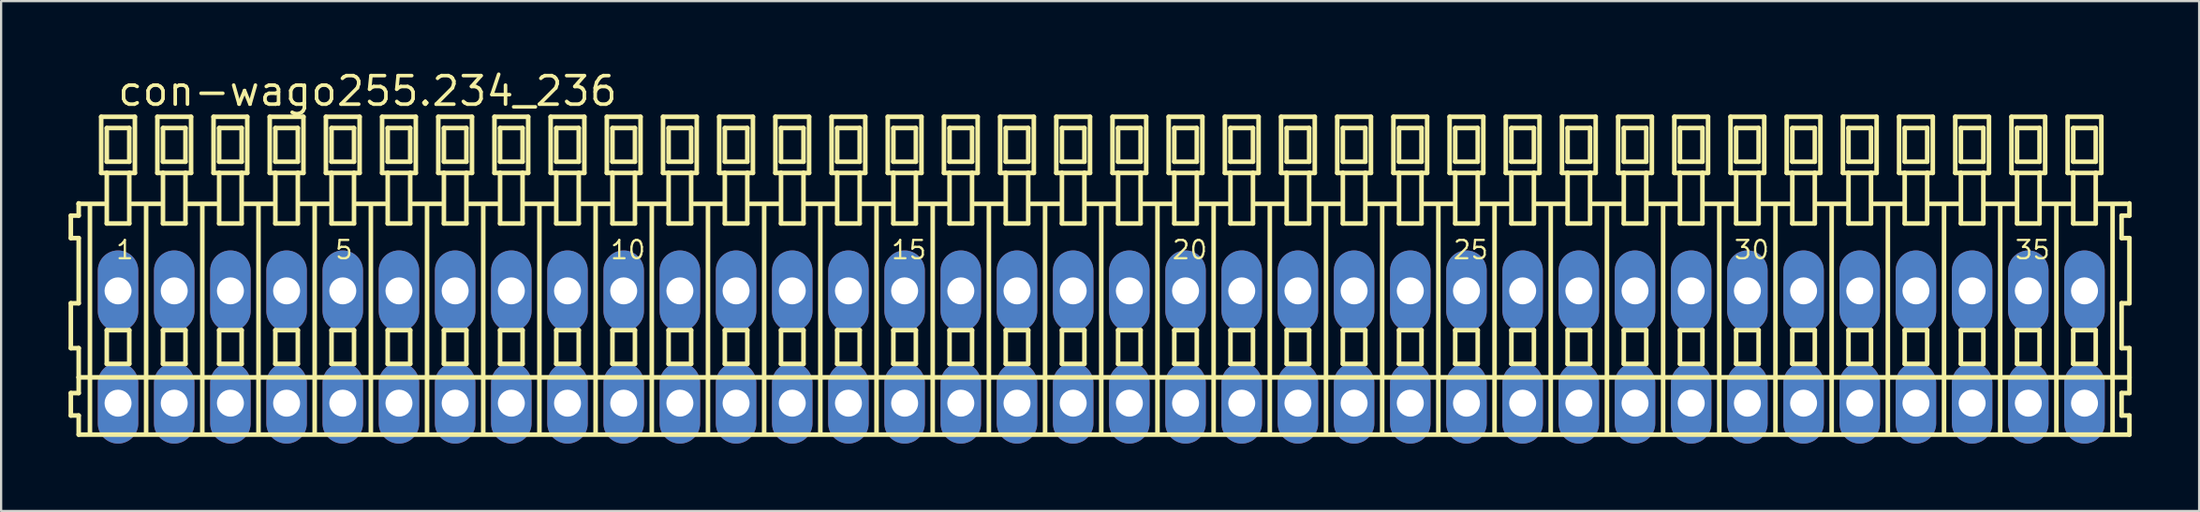
<source format=kicad_pcb>
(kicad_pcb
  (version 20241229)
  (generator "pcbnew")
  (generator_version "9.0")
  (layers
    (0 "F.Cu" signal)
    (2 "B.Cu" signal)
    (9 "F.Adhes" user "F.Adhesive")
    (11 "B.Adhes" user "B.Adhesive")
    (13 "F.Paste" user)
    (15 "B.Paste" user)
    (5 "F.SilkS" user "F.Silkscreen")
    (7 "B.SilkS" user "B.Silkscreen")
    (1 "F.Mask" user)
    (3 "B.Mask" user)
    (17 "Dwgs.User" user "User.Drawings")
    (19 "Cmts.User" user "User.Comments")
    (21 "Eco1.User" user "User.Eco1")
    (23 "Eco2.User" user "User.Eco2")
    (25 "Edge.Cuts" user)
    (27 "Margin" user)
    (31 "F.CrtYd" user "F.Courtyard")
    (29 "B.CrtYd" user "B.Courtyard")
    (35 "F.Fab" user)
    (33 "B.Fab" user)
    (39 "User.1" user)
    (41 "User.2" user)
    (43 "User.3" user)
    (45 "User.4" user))
  (footprint "con-wago255.234_236"
    (layer "F.Cu")
    (at 45.952 12.4)
    (property "Reference" "con-wago255.234_236" (at -43.85 -10.65 0) (layer "F.SilkS") (effects (font (size 1.27 1.27) (thickness 0.16)) (justify left bottom)))
    (attr through_hole)
    (fp_line (start -45.85 -5.85) (end -45.85 -4.85) (stroke (width 0.203) (type default)) (layer "F.SilkS"))
    (fp_line (start -45.85 -4.85) (end -45.5 -4.85) (stroke (width 0.203) (type default)) (layer "F.SilkS"))
    (fp_line (start -45.85 -1.95) (end -45.85 0.05) (stroke (width 0.203) (type default)) (layer "F.SilkS"))
    (fp_line (start -45.85 0.05) (end -45.5 0.05) (stroke (width 0.203) (type default)) (layer "F.SilkS"))
    (fp_line (start -45.85 2.05) (end -45.85 3.05) (stroke (width 0.203) (type default)) (layer "F.SilkS"))
    (fp_line (start -45.85 3.05) (end -45.5 3.05) (stroke (width 0.203) (type default)) (layer "F.SilkS"))
    (fp_line (start -45.5 -6.4) (end -45.5 -6.375) (stroke (width 0.203) (type default)) (layer "F.SilkS"))
    (fp_line (start -45.5 -6.375) (end -45.5 -5.85) (stroke (width 0.203) (type default)) (layer "F.SilkS"))
    (fp_line (start -45.5 -6.375) (end -44.375 -6.375) (stroke (width 0.203) (type default)) (layer "F.SilkS"))
    (fp_line (start -45.5 -5.85) (end -45.85 -5.85) (stroke (width 0.203) (type default)) (layer "F.SilkS"))
    (fp_line (start -45.5 -4.85) (end -45.5 -1.95) (stroke (width 0.203) (type default)) (layer "F.SilkS"))
    (fp_line (start -45.5 -1.95) (end -45.85 -1.95) (stroke (width 0.203) (type default)) (layer "F.SilkS"))
    (fp_line (start -45.5 0.05) (end -45.5 1.35) (stroke (width 0.203) (type default)) (layer "F.SilkS"))
    (fp_line (start -45.5 1.35) (end -45.5 2.05) (stroke (width 0.203) (type default)) (layer "F.SilkS"))
    (fp_line (start -45.5 1.35) (end 45.75 1.35) (stroke (width 0.203) (type default)) (layer "F.SilkS"))
    (fp_line (start -45.5 2.05) (end -45.85 2.05) (stroke (width 0.203) (type default)) (layer "F.SilkS"))
    (fp_line (start -45.5 3.05) (end -45.5 3.9) (stroke (width 0.203) (type default)) (layer "F.SilkS"))
    (fp_line (start -45.5 3.9) (end 45.75 3.9) (stroke (width 0.203) (type default)) (layer "F.SilkS"))
    (fp_line (start -45 -6.35) (end -45 3.8) (stroke (width 0.203) (type default)) (layer "F.SilkS"))
    (fp_line (start -44.5 -10.25) (end -44.5 -7.75) (stroke (width 0.203) (type default)) (layer "F.SilkS"))
    (fp_line (start -44.5 -7.75) (end -44.25 -7.75) (stroke (width 0.203) (type default)) (layer "F.SilkS"))
    (fp_line (start -44.25 -9.75) (end -44.25 -8.25) (stroke (width 0.203) (type default)) (layer "F.SilkS"))
    (fp_line (start -44.25 -8.25) (end -43.25 -8.25) (stroke (width 0.203) (type default)) (layer "F.SilkS"))
    (fp_line (start -44.25 -7.75) (end -44.25 -5.5) (stroke (width 0.203) (type default)) (layer "F.SilkS"))
    (fp_line (start -44.25 -7.75) (end -43.25 -7.75) (stroke (width 0.203) (type default)) (layer "F.SilkS"))
    (fp_line (start -44.25 -5.5) (end -43.25 -5.5) (stroke (width 0.203) (type default)) (layer "F.SilkS"))
    (fp_line (start -44.25 -0.75) (end -44.25 0.75) (stroke (width 0.203) (type default)) (layer "F.SilkS"))
    (fp_line (start -44.25 0.75) (end -43.25 0.75) (stroke (width 0.203) (type default)) (layer "F.SilkS"))
    (fp_line (start -43.25 -9.75) (end -44.25 -9.75) (stroke (width 0.203) (type default)) (layer "F.SilkS"))
    (fp_line (start -43.25 -8.25) (end -43.25 -9.75) (stroke (width 0.203) (type default)) (layer "F.SilkS"))
    (fp_line (start -43.25 -7.75) (end -43 -7.75) (stroke (width 0.203) (type default)) (layer "F.SilkS"))
    (fp_line (start -43.25 -5.5) (end -43.25 -7.75) (stroke (width 0.203) (type default)) (layer "F.SilkS"))
    (fp_line (start -43.25 -0.75) (end -44.25 -0.75) (stroke (width 0.203) (type default)) (layer "F.SilkS"))
    (fp_line (start -43.25 0.75) (end -43.25 -0.75) (stroke (width 0.203) (type default)) (layer "F.SilkS"))
    (fp_line (start -43.125 -6.375) (end -41.875 -6.375) (stroke (width 0.203) (type default)) (layer "F.SilkS"))
    (fp_line (start -43 -10.25) (end -44.5 -10.25) (stroke (width 0.203) (type default)) (layer "F.SilkS"))
    (fp_line (start -43 -7.75) (end -43 -10.25) (stroke (width 0.203) (type default)) (layer "F.SilkS"))
    (fp_line (start -42.5 -6.35) (end -42.5 3.8) (stroke (width 0.203) (type default)) (layer "F.SilkS"))
    (fp_line (start -42 -10.25) (end -42 -7.75) (stroke (width 0.203) (type default)) (layer "F.SilkS"))
    (fp_line (start -42 -7.75) (end -41.75 -7.75) (stroke (width 0.203) (type default)) (layer "F.SilkS"))
    (fp_line (start -41.75 -9.75) (end -41.75 -8.25) (stroke (width 0.203) (type default)) (layer "F.SilkS"))
    (fp_line (start -41.75 -8.25) (end -40.75 -8.25) (stroke (width 0.203) (type default)) (layer "F.SilkS"))
    (fp_line (start -41.75 -7.75) (end -41.75 -5.5) (stroke (width 0.203) (type default)) (layer "F.SilkS"))
    (fp_line (start -41.75 -7.75) (end -40.75 -7.75) (stroke (width 0.203) (type default)) (layer "F.SilkS"))
    (fp_line (start -41.75 -5.5) (end -40.75 -5.5) (stroke (width 0.203) (type default)) (layer "F.SilkS"))
    (fp_line (start -41.75 -0.75) (end -41.75 0.75) (stroke (width 0.203) (type default)) (layer "F.SilkS"))
    (fp_line (start -41.75 0.75) (end -40.75 0.75) (stroke (width 0.203) (type default)) (layer "F.SilkS"))
    (fp_line (start -40.75 -9.75) (end -41.75 -9.75) (stroke (width 0.203) (type default)) (layer "F.SilkS"))
    (fp_line (start -40.75 -8.25) (end -40.75 -9.75) (stroke (width 0.203) (type default)) (layer "F.SilkS"))
    (fp_line (start -40.75 -7.75) (end -40.5 -7.75) (stroke (width 0.203) (type default)) (layer "F.SilkS"))
    (fp_line (start -40.75 -5.5) (end -40.75 -7.75) (stroke (width 0.203) (type default)) (layer "F.SilkS"))
    (fp_line (start -40.75 -0.75) (end -41.75 -0.75) (stroke (width 0.203) (type default)) (layer "F.SilkS"))
    (fp_line (start -40.75 0.75) (end -40.75 -0.75) (stroke (width 0.203) (type default)) (layer "F.SilkS"))
    (fp_line (start -40.625 -6.375) (end -39.375 -6.375) (stroke (width 0.203) (type default)) (layer "F.SilkS"))
    (fp_line (start -40.5 -10.25) (end -42 -10.25) (stroke (width 0.203) (type default)) (layer "F.SilkS"))
    (fp_line (start -40.5 -7.75) (end -40.5 -10.25) (stroke (width 0.203) (type default)) (layer "F.SilkS"))
    (fp_line (start -40 -6.35) (end -40 3.8) (stroke (width 0.203) (type default)) (layer "F.SilkS"))
    (fp_line (start -39.5 -10.25) (end -39.5 -7.75) (stroke (width 0.203) (type default)) (layer "F.SilkS"))
    (fp_line (start -39.5 -7.75) (end -39.25 -7.75) (stroke (width 0.203) (type default)) (layer "F.SilkS"))
    (fp_line (start -39.25 -9.75) (end -39.25 -8.25) (stroke (width 0.203) (type default)) (layer "F.SilkS"))
    (fp_line (start -39.25 -8.25) (end -38.25 -8.25) (stroke (width 0.203) (type default)) (layer "F.SilkS"))
    (fp_line (start -39.25 -7.75) (end -39.25 -5.5) (stroke (width 0.203) (type default)) (layer "F.SilkS"))
    (fp_line (start -39.25 -7.75) (end -38.25 -7.75) (stroke (width 0.203) (type default)) (layer "F.SilkS"))
    (fp_line (start -39.25 -5.5) (end -38.25 -5.5) (stroke (width 0.203) (type default)) (layer "F.SilkS"))
    (fp_line (start -39.25 -0.75) (end -39.25 0.75) (stroke (width 0.203) (type default)) (layer "F.SilkS"))
    (fp_line (start -39.25 0.75) (end -38.25 0.75) (stroke (width 0.203) (type default)) (layer "F.SilkS"))
    (fp_line (start -38.25 -9.75) (end -39.25 -9.75) (stroke (width 0.203) (type default)) (layer "F.SilkS"))
    (fp_line (start -38.25 -8.25) (end -38.25 -9.75) (stroke (width 0.203) (type default)) (layer "F.SilkS"))
    (fp_line (start -38.25 -7.75) (end -38 -7.75) (stroke (width 0.203) (type default)) (layer "F.SilkS"))
    (fp_line (start -38.25 -5.5) (end -38.25 -7.75) (stroke (width 0.203) (type default)) (layer "F.SilkS"))
    (fp_line (start -38.25 -0.75) (end -39.25 -0.75) (stroke (width 0.203) (type default)) (layer "F.SilkS"))
    (fp_line (start -38.25 0.75) (end -38.25 -0.75) (stroke (width 0.203) (type default)) (layer "F.SilkS"))
    (fp_line (start -38.125 -6.375) (end -36.875 -6.375) (stroke (width 0.203) (type default)) (layer "F.SilkS"))
    (fp_line (start -38 -10.25) (end -39.5 -10.25) (stroke (width 0.203) (type default)) (layer "F.SilkS"))
    (fp_line (start -38 -7.75) (end -38 -10.25) (stroke (width 0.203) (type default)) (layer "F.SilkS"))
    (fp_line (start -37.5 -6.35) (end -37.5 3.8) (stroke (width 0.203) (type default)) (layer "F.SilkS"))
    (fp_line (start -37 -10.25) (end -37 -7.75) (stroke (width 0.203) (type default)) (layer "F.SilkS"))
    (fp_line (start -37 -7.75) (end -36.75 -7.75) (stroke (width 0.203) (type default)) (layer "F.SilkS"))
    (fp_line (start -36.75 -9.75) (end -36.75 -8.25) (stroke (width 0.203) (type default)) (layer "F.SilkS"))
    (fp_line (start -36.75 -8.25) (end -35.75 -8.25) (stroke (width 0.203) (type default)) (layer "F.SilkS"))
    (fp_line (start -36.75 -7.75) (end -36.75 -5.5) (stroke (width 0.203) (type default)) (layer "F.SilkS"))
    (fp_line (start -36.75 -7.75) (end -35.75 -7.75) (stroke (width 0.203) (type default)) (layer "F.SilkS"))
    (fp_line (start -36.75 -5.5) (end -35.75 -5.5) (stroke (width 0.203) (type default)) (layer "F.SilkS"))
    (fp_line (start -36.75 -0.75) (end -36.75 0.75) (stroke (width 0.203) (type default)) (layer "F.SilkS"))
    (fp_line (start -36.75 0.75) (end -35.75 0.75) (stroke (width 0.203) (type default)) (layer "F.SilkS"))
    (fp_line (start -35.75 -9.75) (end -36.75 -9.75) (stroke (width 0.203) (type default)) (layer "F.SilkS"))
    (fp_line (start -35.75 -8.25) (end -35.75 -9.75) (stroke (width 0.203) (type default)) (layer "F.SilkS"))
    (fp_line (start -35.75 -7.75) (end -35.5 -7.75) (stroke (width 0.203) (type default)) (layer "F.SilkS"))
    (fp_line (start -35.75 -5.5) (end -35.75 -7.75) (stroke (width 0.203) (type default)) (layer "F.SilkS"))
    (fp_line (start -35.75 -0.75) (end -36.75 -0.75) (stroke (width 0.203) (type default)) (layer "F.SilkS"))
    (fp_line (start -35.75 0.75) (end -35.75 -0.75) (stroke (width 0.203) (type default)) (layer "F.SilkS"))
    (fp_line (start -35.625 -6.375) (end -34.375 -6.375) (stroke (width 0.203) (type default)) (layer "F.SilkS"))
    (fp_line (start -35.5 -10.25) (end -37 -10.25) (stroke (width 0.203) (type default)) (layer "F.SilkS"))
    (fp_line (start -35.5 -7.75) (end -35.5 -10.25) (stroke (width 0.203) (type default)) (layer "F.SilkS"))
    (fp_line (start -35 -6.35) (end -35 3.8) (stroke (width 0.203) (type default)) (layer "F.SilkS"))
    (fp_line (start -34.5 -10.25) (end -34.5 -7.75) (stroke (width 0.203) (type default)) (layer "F.SilkS"))
    (fp_line (start -34.5 -7.75) (end -34.25 -7.75) (stroke (width 0.203) (type default)) (layer "F.SilkS"))
    (fp_line (start -34.25 -9.75) (end -34.25 -8.25) (stroke (width 0.203) (type default)) (layer "F.SilkS"))
    (fp_line (start -34.25 -8.25) (end -33.25 -8.25) (stroke (width 0.203) (type default)) (layer "F.SilkS"))
    (fp_line (start -34.25 -7.75) (end -34.25 -5.5) (stroke (width 0.203) (type default)) (layer "F.SilkS"))
    (fp_line (start -34.25 -7.75) (end -33.25 -7.75) (stroke (width 0.203) (type default)) (layer "F.SilkS"))
    (fp_line (start -34.25 -5.5) (end -33.25 -5.5) (stroke (width 0.203) (type default)) (layer "F.SilkS"))
    (fp_line (start -34.25 -0.75) (end -34.25 0.75) (stroke (width 0.203) (type default)) (layer "F.SilkS"))
    (fp_line (start -34.25 0.75) (end -33.25 0.75) (stroke (width 0.203) (type default)) (layer "F.SilkS"))
    (fp_line (start -33.25 -9.75) (end -34.25 -9.75) (stroke (width 0.203) (type default)) (layer "F.SilkS"))
    (fp_line (start -33.25 -8.25) (end -33.25 -9.75) (stroke (width 0.203) (type default)) (layer "F.SilkS"))
    (fp_line (start -33.25 -7.75) (end -33 -7.75) (stroke (width 0.203) (type default)) (layer "F.SilkS"))
    (fp_line (start -33.25 -5.5) (end -33.25 -7.75) (stroke (width 0.203) (type default)) (layer "F.SilkS"))
    (fp_line (start -33.25 -0.75) (end -34.25 -0.75) (stroke (width 0.203) (type default)) (layer "F.SilkS"))
    (fp_line (start -33.25 0.75) (end -33.25 -0.75) (stroke (width 0.203) (type default)) (layer "F.SilkS"))
    (fp_line (start -33.125 -6.375) (end -31.875 -6.375) (stroke (width 0.203) (type default)) (layer "F.SilkS"))
    (fp_line (start -33 -10.25) (end -34.5 -10.25) (stroke (width 0.203) (type default)) (layer "F.SilkS"))
    (fp_line (start -33 -7.75) (end -33 -10.25) (stroke (width 0.203) (type default)) (layer "F.SilkS"))
    (fp_line (start -32.5 -6.35) (end -32.5 3.8) (stroke (width 0.203) (type default)) (layer "F.SilkS"))
    (fp_line (start -32 -10.25) (end -32 -7.75) (stroke (width 0.203) (type default)) (layer "F.SilkS"))
    (fp_line (start -32 -7.75) (end -31.75 -7.75) (stroke (width 0.203) (type default)) (layer "F.SilkS"))
    (fp_line (start -31.75 -9.75) (end -31.75 -8.25) (stroke (width 0.203) (type default)) (layer "F.SilkS"))
    (fp_line (start -31.75 -8.25) (end -30.75 -8.25) (stroke (width 0.203) (type default)) (layer "F.SilkS"))
    (fp_line (start -31.75 -7.75) (end -31.75 -5.5) (stroke (width 0.203) (type default)) (layer "F.SilkS"))
    (fp_line (start -31.75 -7.75) (end -30.75 -7.75) (stroke (width 0.203) (type default)) (layer "F.SilkS"))
    (fp_line (start -31.75 -5.5) (end -30.75 -5.5) (stroke (width 0.203) (type default)) (layer "F.SilkS"))
    (fp_line (start -31.75 -0.75) (end -31.75 0.75) (stroke (width 0.203) (type default)) (layer "F.SilkS"))
    (fp_line (start -31.75 0.75) (end -30.75 0.75) (stroke (width 0.203) (type default)) (layer "F.SilkS"))
    (fp_line (start -30.75 -9.75) (end -31.75 -9.75) (stroke (width 0.203) (type default)) (layer "F.SilkS"))
    (fp_line (start -30.75 -8.25) (end -30.75 -9.75) (stroke (width 0.203) (type default)) (layer "F.SilkS"))
    (fp_line (start -30.75 -7.75) (end -30.5 -7.75) (stroke (width 0.203) (type default)) (layer "F.SilkS"))
    (fp_line (start -30.75 -5.5) (end -30.75 -7.75) (stroke (width 0.203) (type default)) (layer "F.SilkS"))
    (fp_line (start -30.75 -0.75) (end -31.75 -0.75) (stroke (width 0.203) (type default)) (layer "F.SilkS"))
    (fp_line (start -30.75 0.75) (end -30.75 -0.75) (stroke (width 0.203) (type default)) (layer "F.SilkS"))
    (fp_line (start -30.625 -6.375) (end -29.375 -6.375) (stroke (width 0.203) (type default)) (layer "F.SilkS"))
    (fp_line (start -30.5 -10.25) (end -32 -10.25) (stroke (width 0.203) (type default)) (layer "F.SilkS"))
    (fp_line (start -30.5 -7.75) (end -30.5 -10.25) (stroke (width 0.203) (type default)) (layer "F.SilkS"))
    (fp_line (start -30 -6.35) (end -30 3.8) (stroke (width 0.203) (type default)) (layer "F.SilkS"))
    (fp_line (start -29.5 -10.25) (end -29.5 -7.75) (stroke (width 0.203) (type default)) (layer "F.SilkS"))
    (fp_line (start -29.5 -7.75) (end -29.25 -7.75) (stroke (width 0.203) (type default)) (layer "F.SilkS"))
    (fp_line (start -29.25 -9.75) (end -29.25 -8.25) (stroke (width 0.203) (type default)) (layer "F.SilkS"))
    (fp_line (start -29.25 -8.25) (end -28.25 -8.25) (stroke (width 0.203) (type default)) (layer "F.SilkS"))
    (fp_line (start -29.25 -7.75) (end -29.25 -5.5) (stroke (width 0.203) (type default)) (layer "F.SilkS"))
    (fp_line (start -29.25 -7.75) (end -28.25 -7.75) (stroke (width 0.203) (type default)) (layer "F.SilkS"))
    (fp_line (start -29.25 -5.5) (end -28.25 -5.5) (stroke (width 0.203) (type default)) (layer "F.SilkS"))
    (fp_line (start -29.25 -0.75) (end -29.25 0.75) (stroke (width 0.203) (type default)) (layer "F.SilkS"))
    (fp_line (start -29.25 0.75) (end -28.25 0.75) (stroke (width 0.203) (type default)) (layer "F.SilkS"))
    (fp_line (start -28.25 -9.75) (end -29.25 -9.75) (stroke (width 0.203) (type default)) (layer "F.SilkS"))
    (fp_line (start -28.25 -8.25) (end -28.25 -9.75) (stroke (width 0.203) (type default)) (layer "F.SilkS"))
    (fp_line (start -28.25 -7.75) (end -28 -7.75) (stroke (width 0.203) (type default)) (layer "F.SilkS"))
    (fp_line (start -28.25 -5.5) (end -28.25 -7.75) (stroke (width 0.203) (type default)) (layer "F.SilkS"))
    (fp_line (start -28.25 -0.75) (end -29.25 -0.75) (stroke (width 0.203) (type default)) (layer "F.SilkS"))
    (fp_line (start -28.25 0.75) (end -28.25 -0.75) (stroke (width 0.203) (type default)) (layer "F.SilkS"))
    (fp_line (start -28.125 -6.375) (end -26.875 -6.375) (stroke (width 0.203) (type default)) (layer "F.SilkS"))
    (fp_line (start -28 -10.25) (end -29.5 -10.25) (stroke (width 0.203) (type default)) (layer "F.SilkS"))
    (fp_line (start -28 -7.75) (end -28 -10.25) (stroke (width 0.203) (type default)) (layer "F.SilkS"))
    (fp_line (start -27.5 -6.35) (end -27.5 3.8) (stroke (width 0.203) (type default)) (layer "F.SilkS"))
    (fp_line (start -27 -10.25) (end -27 -7.75) (stroke (width 0.203) (type default)) (layer "F.SilkS"))
    (fp_line (start -27 -7.75) (end -26.75 -7.75) (stroke (width 0.203) (type default)) (layer "F.SilkS"))
    (fp_line (start -26.75 -9.75) (end -26.75 -8.25) (stroke (width 0.203) (type default)) (layer "F.SilkS"))
    (fp_line (start -26.75 -8.25) (end -25.75 -8.25) (stroke (width 0.203) (type default)) (layer "F.SilkS"))
    (fp_line (start -26.75 -7.75) (end -26.75 -5.5) (stroke (width 0.203) (type default)) (layer "F.SilkS"))
    (fp_line (start -26.75 -7.75) (end -25.75 -7.75) (stroke (width 0.203) (type default)) (layer "F.SilkS"))
    (fp_line (start -26.75 -5.5) (end -25.75 -5.5) (stroke (width 0.203) (type default)) (layer "F.SilkS"))
    (fp_line (start -26.75 -0.75) (end -26.75 0.75) (stroke (width 0.203) (type default)) (layer "F.SilkS"))
    (fp_line (start -26.75 0.75) (end -25.75 0.75) (stroke (width 0.203) (type default)) (layer "F.SilkS"))
    (fp_line (start -25.75 -9.75) (end -26.75 -9.75) (stroke (width 0.203) (type default)) (layer "F.SilkS"))
    (fp_line (start -25.75 -8.25) (end -25.75 -9.75) (stroke (width 0.203) (type default)) (layer "F.SilkS"))
    (fp_line (start -25.75 -7.75) (end -25.5 -7.75) (stroke (width 0.203) (type default)) (layer "F.SilkS"))
    (fp_line (start -25.75 -5.5) (end -25.75 -7.75) (stroke (width 0.203) (type default)) (layer "F.SilkS"))
    (fp_line (start -25.75 -0.75) (end -26.75 -0.75) (stroke (width 0.203) (type default)) (layer "F.SilkS"))
    (fp_line (start -25.75 0.75) (end -25.75 -0.75) (stroke (width 0.203) (type default)) (layer "F.SilkS"))
    (fp_line (start -25.625 -6.375) (end -24.375 -6.375) (stroke (width 0.203) (type default)) (layer "F.SilkS"))
    (fp_line (start -25.5 -10.25) (end -27 -10.25) (stroke (width 0.203) (type default)) (layer "F.SilkS"))
    (fp_line (start -25.5 -7.75) (end -25.5 -10.25) (stroke (width 0.203) (type default)) (layer "F.SilkS"))
    (fp_line (start -25 -6.35) (end -25 3.8) (stroke (width 0.203) (type default)) (layer "F.SilkS"))
    (fp_line (start -24.5 -10.25) (end -24.5 -7.75) (stroke (width 0.203) (type default)) (layer "F.SilkS"))
    (fp_line (start -24.5 -7.75) (end -24.25 -7.75) (stroke (width 0.203) (type default)) (layer "F.SilkS"))
    (fp_line (start -24.25 -9.75) (end -24.25 -8.25) (stroke (width 0.203) (type default)) (layer "F.SilkS"))
    (fp_line (start -24.25 -8.25) (end -23.25 -8.25) (stroke (width 0.203) (type default)) (layer "F.SilkS"))
    (fp_line (start -24.25 -7.75) (end -24.25 -5.5) (stroke (width 0.203) (type default)) (layer "F.SilkS"))
    (fp_line (start -24.25 -7.75) (end -23.25 -7.75) (stroke (width 0.203) (type default)) (layer "F.SilkS"))
    (fp_line (start -24.25 -5.5) (end -23.25 -5.5) (stroke (width 0.203) (type default)) (layer "F.SilkS"))
    (fp_line (start -24.25 -0.75) (end -24.25 0.75) (stroke (width 0.203) (type default)) (layer "F.SilkS"))
    (fp_line (start -24.25 0.75) (end -23.25 0.75) (stroke (width 0.203) (type default)) (layer "F.SilkS"))
    (fp_line (start -23.25 -9.75) (end -24.25 -9.75) (stroke (width 0.203) (type default)) (layer "F.SilkS"))
    (fp_line (start -23.25 -8.25) (end -23.25 -9.75) (stroke (width 0.203) (type default)) (layer "F.SilkS"))
    (fp_line (start -23.25 -7.75) (end -23 -7.75) (stroke (width 0.203) (type default)) (layer "F.SilkS"))
    (fp_line (start -23.25 -5.5) (end -23.25 -7.75) (stroke (width 0.203) (type default)) (layer "F.SilkS"))
    (fp_line (start -23.25 -0.75) (end -24.25 -0.75) (stroke (width 0.203) (type default)) (layer "F.SilkS"))
    (fp_line (start -23.25 0.75) (end -23.25 -0.75) (stroke (width 0.203) (type default)) (layer "F.SilkS"))
    (fp_line (start -23.125 -6.375) (end -21.875 -6.375) (stroke (width 0.203) (type default)) (layer "F.SilkS"))
    (fp_line (start -23 -10.25) (end -24.5 -10.25) (stroke (width 0.203) (type default)) (layer "F.SilkS"))
    (fp_line (start -23 -7.75) (end -23 -10.25) (stroke (width 0.203) (type default)) (layer "F.SilkS"))
    (fp_line (start -22.5 -6.35) (end -22.5 3.8) (stroke (width 0.203) (type default)) (layer "F.SilkS"))
    (fp_line (start -22 -10.25) (end -22 -7.75) (stroke (width 0.203) (type default)) (layer "F.SilkS"))
    (fp_line (start -22 -7.75) (end -21.75 -7.75) (stroke (width 0.203) (type default)) (layer "F.SilkS"))
    (fp_line (start -21.75 -9.75) (end -21.75 -8.25) (stroke (width 0.203) (type default)) (layer "F.SilkS"))
    (fp_line (start -21.75 -8.25) (end -20.75 -8.25) (stroke (width 0.203) (type default)) (layer "F.SilkS"))
    (fp_line (start -21.75 -7.75) (end -21.75 -5.5) (stroke (width 0.203) (type default)) (layer "F.SilkS"))
    (fp_line (start -21.75 -7.75) (end -20.75 -7.75) (stroke (width 0.203) (type default)) (layer "F.SilkS"))
    (fp_line (start -21.75 -5.5) (end -20.75 -5.5) (stroke (width 0.203) (type default)) (layer "F.SilkS"))
    (fp_line (start -21.75 -0.75) (end -21.75 0.75) (stroke (width 0.203) (type default)) (layer "F.SilkS"))
    (fp_line (start -21.75 0.75) (end -20.75 0.75) (stroke (width 0.203) (type default)) (layer "F.SilkS"))
    (fp_line (start -20.75 -9.75) (end -21.75 -9.75) (stroke (width 0.203) (type default)) (layer "F.SilkS"))
    (fp_line (start -20.75 -8.25) (end -20.75 -9.75) (stroke (width 0.203) (type default)) (layer "F.SilkS"))
    (fp_line (start -20.75 -7.75) (end -20.5 -7.75) (stroke (width 0.203) (type default)) (layer "F.SilkS"))
    (fp_line (start -20.75 -5.5) (end -20.75 -7.75) (stroke (width 0.203) (type default)) (layer "F.SilkS"))
    (fp_line (start -20.75 -0.75) (end -21.75 -0.75) (stroke (width 0.203) (type default)) (layer "F.SilkS"))
    (fp_line (start -20.75 0.75) (end -20.75 -0.75) (stroke (width 0.203) (type default)) (layer "F.SilkS"))
    (fp_line (start -20.625 -6.375) (end -19.375 -6.375) (stroke (width 0.203) (type default)) (layer "F.SilkS"))
    (fp_line (start -20.5 -10.25) (end -22 -10.25) (stroke (width 0.203) (type default)) (layer "F.SilkS"))
    (fp_line (start -20.5 -7.75) (end -20.5 -10.25) (stroke (width 0.203) (type default)) (layer "F.SilkS"))
    (fp_line (start -20 -6.35) (end -20 3.8) (stroke (width 0.203) (type default)) (layer "F.SilkS"))
    (fp_line (start -19.5 -10.25) (end -19.5 -7.75) (stroke (width 0.203) (type default)) (layer "F.SilkS"))
    (fp_line (start -19.5 -7.75) (end -19.25 -7.75) (stroke (width 0.203) (type default)) (layer "F.SilkS"))
    (fp_line (start -19.25 -9.75) (end -19.25 -8.25) (stroke (width 0.203) (type default)) (layer "F.SilkS"))
    (fp_line (start -19.25 -8.25) (end -18.25 -8.25) (stroke (width 0.203) (type default)) (layer "F.SilkS"))
    (fp_line (start -19.25 -7.75) (end -19.25 -5.5) (stroke (width 0.203) (type default)) (layer "F.SilkS"))
    (fp_line (start -19.25 -7.75) (end -18.25 -7.75) (stroke (width 0.203) (type default)) (layer "F.SilkS"))
    (fp_line (start -19.25 -5.5) (end -18.25 -5.5) (stroke (width 0.203) (type default)) (layer "F.SilkS"))
    (fp_line (start -19.25 -0.75) (end -19.25 0.75) (stroke (width 0.203) (type default)) (layer "F.SilkS"))
    (fp_line (start -19.25 0.75) (end -18.25 0.75) (stroke (width 0.203) (type default)) (layer "F.SilkS"))
    (fp_line (start -18.25 -9.75) (end -19.25 -9.75) (stroke (width 0.203) (type default)) (layer "F.SilkS"))
    (fp_line (start -18.25 -8.25) (end -18.25 -9.75) (stroke (width 0.203) (type default)) (layer "F.SilkS"))
    (fp_line (start -18.25 -7.75) (end -18 -7.75) (stroke (width 0.203) (type default)) (layer "F.SilkS"))
    (fp_line (start -18.25 -5.5) (end -18.25 -7.75) (stroke (width 0.203) (type default)) (layer "F.SilkS"))
    (fp_line (start -18.25 -0.75) (end -19.25 -0.75) (stroke (width 0.203) (type default)) (layer "F.SilkS"))
    (fp_line (start -18.25 0.75) (end -18.25 -0.75) (stroke (width 0.203) (type default)) (layer "F.SilkS"))
    (fp_line (start -18.125 -6.375) (end -16.875 -6.375) (stroke (width 0.203) (type default)) (layer "F.SilkS"))
    (fp_line (start -18 -10.25) (end -19.5 -10.25) (stroke (width 0.203) (type default)) (layer "F.SilkS"))
    (fp_line (start -18 -7.75) (end -18 -10.25) (stroke (width 0.203) (type default)) (layer "F.SilkS"))
    (fp_line (start -17.5 -6.35) (end -17.5 3.8) (stroke (width 0.203) (type default)) (layer "F.SilkS"))
    (fp_line (start -17 -10.25) (end -17 -7.75) (stroke (width 0.203) (type default)) (layer "F.SilkS"))
    (fp_line (start -17 -7.75) (end -16.75 -7.75) (stroke (width 0.203) (type default)) (layer "F.SilkS"))
    (fp_line (start -16.75 -9.75) (end -16.75 -8.25) (stroke (width 0.203) (type default)) (layer "F.SilkS"))
    (fp_line (start -16.75 -8.25) (end -15.75 -8.25) (stroke (width 0.203) (type default)) (layer "F.SilkS"))
    (fp_line (start -16.75 -7.75) (end -16.75 -5.5) (stroke (width 0.203) (type default)) (layer "F.SilkS"))
    (fp_line (start -16.75 -7.75) (end -15.75 -7.75) (stroke (width 0.203) (type default)) (layer "F.SilkS"))
    (fp_line (start -16.75 -5.5) (end -15.75 -5.5) (stroke (width 0.203) (type default)) (layer "F.SilkS"))
    (fp_line (start -16.75 -0.75) (end -16.75 0.75) (stroke (width 0.203) (type default)) (layer "F.SilkS"))
    (fp_line (start -16.75 0.75) (end -15.75 0.75) (stroke (width 0.203) (type default)) (layer "F.SilkS"))
    (fp_line (start -15.75 -9.75) (end -16.75 -9.75) (stroke (width 0.203) (type default)) (layer "F.SilkS"))
    (fp_line (start -15.75 -8.25) (end -15.75 -9.75) (stroke (width 0.203) (type default)) (layer "F.SilkS"))
    (fp_line (start -15.75 -7.75) (end -15.5 -7.75) (stroke (width 0.203) (type default)) (layer "F.SilkS"))
    (fp_line (start -15.75 -5.5) (end -15.75 -7.75) (stroke (width 0.203) (type default)) (layer "F.SilkS"))
    (fp_line (start -15.75 -0.75) (end -16.75 -0.75) (stroke (width 0.203) (type default)) (layer "F.SilkS"))
    (fp_line (start -15.75 0.75) (end -15.75 -0.75) (stroke (width 0.203) (type default)) (layer "F.SilkS"))
    (fp_line (start -15.625 -6.375) (end -14.375 -6.375) (stroke (width 0.203) (type default)) (layer "F.SilkS"))
    (fp_line (start -15.5 -10.25) (end -17 -10.25) (stroke (width 0.203) (type default)) (layer "F.SilkS"))
    (fp_line (start -15.5 -7.75) (end -15.5 -10.25) (stroke (width 0.203) (type default)) (layer "F.SilkS"))
    (fp_line (start -15 -6.35) (end -15 3.8) (stroke (width 0.203) (type default)) (layer "F.SilkS"))
    (fp_line (start -14.5 -10.25) (end -14.5 -7.75) (stroke (width 0.203) (type default)) (layer "F.SilkS"))
    (fp_line (start -14.5 -7.75) (end -14.25 -7.75) (stroke (width 0.203) (type default)) (layer "F.SilkS"))
    (fp_line (start -14.25 -9.75) (end -14.25 -8.25) (stroke (width 0.203) (type default)) (layer "F.SilkS"))
    (fp_line (start -14.25 -8.25) (end -13.25 -8.25) (stroke (width 0.203) (type default)) (layer "F.SilkS"))
    (fp_line (start -14.25 -7.75) (end -14.25 -5.5) (stroke (width 0.203) (type default)) (layer "F.SilkS"))
    (fp_line (start -14.25 -7.75) (end -13.25 -7.75) (stroke (width 0.203) (type default)) (layer "F.SilkS"))
    (fp_line (start -14.25 -5.5) (end -13.25 -5.5) (stroke (width 0.203) (type default)) (layer "F.SilkS"))
    (fp_line (start -14.25 -0.75) (end -14.25 0.75) (stroke (width 0.203) (type default)) (layer "F.SilkS"))
    (fp_line (start -14.25 0.75) (end -13.25 0.75) (stroke (width 0.203) (type default)) (layer "F.SilkS"))
    (fp_line (start -13.25 -9.75) (end -14.25 -9.75) (stroke (width 0.203) (type default)) (layer "F.SilkS"))
    (fp_line (start -13.25 -8.25) (end -13.25 -9.75) (stroke (width 0.203) (type default)) (layer "F.SilkS"))
    (fp_line (start -13.25 -7.75) (end -13 -7.75) (stroke (width 0.203) (type default)) (layer "F.SilkS"))
    (fp_line (start -13.25 -5.5) (end -13.25 -7.75) (stroke (width 0.203) (type default)) (layer "F.SilkS"))
    (fp_line (start -13.25 -0.75) (end -14.25 -0.75) (stroke (width 0.203) (type default)) (layer "F.SilkS"))
    (fp_line (start -13.25 0.75) (end -13.25 -0.75) (stroke (width 0.203) (type default)) (layer "F.SilkS"))
    (fp_line (start -13.125 -6.375) (end -11.875 -6.375) (stroke (width 0.203) (type default)) (layer "F.SilkS"))
    (fp_line (start -13 -10.25) (end -14.5 -10.25) (stroke (width 0.203) (type default)) (layer "F.SilkS"))
    (fp_line (start -13 -7.75) (end -13 -10.25) (stroke (width 0.203) (type default)) (layer "F.SilkS"))
    (fp_line (start -12.5 -6.35) (end -12.5 3.8) (stroke (width 0.203) (type default)) (layer "F.SilkS"))
    (fp_line (start -12 -10.25) (end -12 -7.75) (stroke (width 0.203) (type default)) (layer "F.SilkS"))
    (fp_line (start -12 -7.75) (end -11.75 -7.75) (stroke (width 0.203) (type default)) (layer "F.SilkS"))
    (fp_line (start -11.75 -9.75) (end -11.75 -8.25) (stroke (width 0.203) (type default)) (layer "F.SilkS"))
    (fp_line (start -11.75 -8.25) (end -10.75 -8.25) (stroke (width 0.203) (type default)) (layer "F.SilkS"))
    (fp_line (start -11.75 -7.75) (end -11.75 -5.5) (stroke (width 0.203) (type default)) (layer "F.SilkS"))
    (fp_line (start -11.75 -7.75) (end -10.75 -7.75) (stroke (width 0.203) (type default)) (layer "F.SilkS"))
    (fp_line (start -11.75 -5.5) (end -10.75 -5.5) (stroke (width 0.203) (type default)) (layer "F.SilkS"))
    (fp_line (start -11.75 -0.75) (end -11.75 0.75) (stroke (width 0.203) (type default)) (layer "F.SilkS"))
    (fp_line (start -11.75 0.75) (end -10.75 0.75) (stroke (width 0.203) (type default)) (layer "F.SilkS"))
    (fp_line (start -10.75 -9.75) (end -11.75 -9.75) (stroke (width 0.203) (type default)) (layer "F.SilkS"))
    (fp_line (start -10.75 -8.25) (end -10.75 -9.75) (stroke (width 0.203) (type default)) (layer "F.SilkS"))
    (fp_line (start -10.75 -7.75) (end -10.5 -7.75) (stroke (width 0.203) (type default)) (layer "F.SilkS"))
    (fp_line (start -10.75 -5.5) (end -10.75 -7.75) (stroke (width 0.203) (type default)) (layer "F.SilkS"))
    (fp_line (start -10.75 -0.75) (end -11.75 -0.75) (stroke (width 0.203) (type default)) (layer "F.SilkS"))
    (fp_line (start -10.75 0.75) (end -10.75 -0.75) (stroke (width 0.203) (type default)) (layer "F.SilkS"))
    (fp_line (start -10.625 -6.375) (end -9.375 -6.375) (stroke (width 0.203) (type default)) (layer "F.SilkS"))
    (fp_line (start -10.5 -10.25) (end -12 -10.25) (stroke (width 0.203) (type default)) (layer "F.SilkS"))
    (fp_line (start -10.5 -7.75) (end -10.5 -10.25) (stroke (width 0.203) (type default)) (layer "F.SilkS"))
    (fp_line (start -10 -6.35) (end -10 3.8) (stroke (width 0.203) (type default)) (layer "F.SilkS"))
    (fp_line (start -9.5 -10.25) (end -9.5 -7.75) (stroke (width 0.203) (type default)) (layer "F.SilkS"))
    (fp_line (start -9.5 -7.75) (end -9.25 -7.75) (stroke (width 0.203) (type default)) (layer "F.SilkS"))
    (fp_line (start -9.25 -9.75) (end -9.25 -8.25) (stroke (width 0.203) (type default)) (layer "F.SilkS"))
    (fp_line (start -9.25 -8.25) (end -8.25 -8.25) (stroke (width 0.203) (type default)) (layer "F.SilkS"))
    (fp_line (start -9.25 -7.75) (end -9.25 -5.5) (stroke (width 0.203) (type default)) (layer "F.SilkS"))
    (fp_line (start -9.25 -7.75) (end -8.25 -7.75) (stroke (width 0.203) (type default)) (layer "F.SilkS"))
    (fp_line (start -9.25 -5.5) (end -8.25 -5.5) (stroke (width 0.203) (type default)) (layer "F.SilkS"))
    (fp_line (start -9.25 -0.75) (end -9.25 0.75) (stroke (width 0.203) (type default)) (layer "F.SilkS"))
    (fp_line (start -9.25 0.75) (end -8.25 0.75) (stroke (width 0.203) (type default)) (layer "F.SilkS"))
    (fp_line (start -8.25 -9.75) (end -9.25 -9.75) (stroke (width 0.203) (type default)) (layer "F.SilkS"))
    (fp_line (start -8.25 -8.25) (end -8.25 -9.75) (stroke (width 0.203) (type default)) (layer "F.SilkS"))
    (fp_line (start -8.25 -7.75) (end -8 -7.75) (stroke (width 0.203) (type default)) (layer "F.SilkS"))
    (fp_line (start -8.25 -5.5) (end -8.25 -7.75) (stroke (width 0.203) (type default)) (layer "F.SilkS"))
    (fp_line (start -8.25 -0.75) (end -9.25 -0.75) (stroke (width 0.203) (type default)) (layer "F.SilkS"))
    (fp_line (start -8.25 0.75) (end -8.25 -0.75) (stroke (width 0.203) (type default)) (layer "F.SilkS"))
    (fp_line (start -8.125 -6.375) (end -6.875 -6.375) (stroke (width 0.203) (type default)) (layer "F.SilkS"))
    (fp_line (start -8 -10.25) (end -9.5 -10.25) (stroke (width 0.203) (type default)) (layer "F.SilkS"))
    (fp_line (start -8 -7.75) (end -8 -10.25) (stroke (width 0.203) (type default)) (layer "F.SilkS"))
    (fp_line (start -7.5 -6.35) (end -7.5 3.8) (stroke (width 0.203) (type default)) (layer "F.SilkS"))
    (fp_line (start -7 -10.25) (end -7 -7.75) (stroke (width 0.203) (type default)) (layer "F.SilkS"))
    (fp_line (start -7 -7.75) (end -6.75 -7.75) (stroke (width 0.203) (type default)) (layer "F.SilkS"))
    (fp_line (start -6.75 -9.75) (end -6.75 -8.25) (stroke (width 0.203) (type default)) (layer "F.SilkS"))
    (fp_line (start -6.75 -8.25) (end -5.75 -8.25) (stroke (width 0.203) (type default)) (layer "F.SilkS"))
    (fp_line (start -6.75 -7.75) (end -6.75 -5.5) (stroke (width 0.203) (type default)) (layer "F.SilkS"))
    (fp_line (start -6.75 -7.75) (end -5.75 -7.75) (stroke (width 0.203) (type default)) (layer "F.SilkS"))
    (fp_line (start -6.75 -5.5) (end -5.75 -5.5) (stroke (width 0.203) (type default)) (layer "F.SilkS"))
    (fp_line (start -6.75 -0.75) (end -6.75 0.75) (stroke (width 0.203) (type default)) (layer "F.SilkS"))
    (fp_line (start -6.75 0.75) (end -5.75 0.75) (stroke (width 0.203) (type default)) (layer "F.SilkS"))
    (fp_line (start -5.75 -9.75) (end -6.75 -9.75) (stroke (width 0.203) (type default)) (layer "F.SilkS"))
    (fp_line (start -5.75 -8.25) (end -5.75 -9.75) (stroke (width 0.203) (type default)) (layer "F.SilkS"))
    (fp_line (start -5.75 -7.75) (end -5.5 -7.75) (stroke (width 0.203) (type default)) (layer "F.SilkS"))
    (fp_line (start -5.75 -5.5) (end -5.75 -7.75) (stroke (width 0.203) (type default)) (layer "F.SilkS"))
    (fp_line (start -5.75 -0.75) (end -6.75 -0.75) (stroke (width 0.203) (type default)) (layer "F.SilkS"))
    (fp_line (start -5.75 0.75) (end -5.75 -0.75) (stroke (width 0.203) (type default)) (layer "F.SilkS"))
    (fp_line (start -5.625 -6.375) (end -4.375 -6.375) (stroke (width 0.203) (type default)) (layer "F.SilkS"))
    (fp_line (start -5.5 -10.25) (end -7 -10.25) (stroke (width 0.203) (type default)) (layer "F.SilkS"))
    (fp_line (start -5.5 -7.75) (end -5.5 -10.25) (stroke (width 0.203) (type default)) (layer "F.SilkS"))
    (fp_line (start -5 -6.35) (end -5 3.8) (stroke (width 0.203) (type default)) (layer "F.SilkS"))
    (fp_line (start -4.5 -10.25) (end -4.5 -7.75) (stroke (width 0.203) (type default)) (layer "F.SilkS"))
    (fp_line (start -4.5 -7.75) (end -4.25 -7.75) (stroke (width 0.203) (type default)) (layer "F.SilkS"))
    (fp_line (start -4.25 -9.75) (end -4.25 -8.25) (stroke (width 0.203) (type default)) (layer "F.SilkS"))
    (fp_line (start -4.25 -8.25) (end -3.25 -8.25) (stroke (width 0.203) (type default)) (layer "F.SilkS"))
    (fp_line (start -4.25 -7.75) (end -4.25 -5.5) (stroke (width 0.203) (type default)) (layer "F.SilkS"))
    (fp_line (start -4.25 -7.75) (end -3.25 -7.75) (stroke (width 0.203) (type default)) (layer "F.SilkS"))
    (fp_line (start -4.25 -5.5) (end -3.25 -5.5) (stroke (width 0.203) (type default)) (layer "F.SilkS"))
    (fp_line (start -4.25 -0.75) (end -4.25 0.75) (stroke (width 0.203) (type default)) (layer "F.SilkS"))
    (fp_line (start -4.25 0.75) (end -3.25 0.75) (stroke (width 0.203) (type default)) (layer "F.SilkS"))
    (fp_line (start -3.25 -9.75) (end -4.25 -9.75) (stroke (width 0.203) (type default)) (layer "F.SilkS"))
    (fp_line (start -3.25 -8.25) (end -3.25 -9.75) (stroke (width 0.203) (type default)) (layer "F.SilkS"))
    (fp_line (start -3.25 -7.75) (end -3 -7.75) (stroke (width 0.203) (type default)) (layer "F.SilkS"))
    (fp_line (start -3.25 -5.5) (end -3.25 -7.75) (stroke (width 0.203) (type default)) (layer "F.SilkS"))
    (fp_line (start -3.25 -0.75) (end -4.25 -0.75) (stroke (width 0.203) (type default)) (layer "F.SilkS"))
    (fp_line (start -3.25 0.75) (end -3.25 -0.75) (stroke (width 0.203) (type default)) (layer "F.SilkS"))
    (fp_line (start -3.125 -6.375) (end -1.875 -6.375) (stroke (width 0.203) (type default)) (layer "F.SilkS"))
    (fp_line (start -3 -10.25) (end -4.5 -10.25) (stroke (width 0.203) (type default)) (layer "F.SilkS"))
    (fp_line (start -3 -7.75) (end -3 -10.25) (stroke (width 0.203) (type default)) (layer "F.SilkS"))
    (fp_line (start -2.5 -6.35) (end -2.5 3.8) (stroke (width 0.203) (type default)) (layer "F.SilkS"))
    (fp_line (start -2 -10.25) (end -2 -7.75) (stroke (width 0.203) (type default)) (layer "F.SilkS"))
    (fp_line (start -2 -7.75) (end -1.75 -7.75) (stroke (width 0.203) (type default)) (layer "F.SilkS"))
    (fp_line (start -1.75 -9.75) (end -1.75 -8.25) (stroke (width 0.203) (type default)) (layer "F.SilkS"))
    (fp_line (start -1.75 -8.25) (end -0.75 -8.25) (stroke (width 0.203) (type default)) (layer "F.SilkS"))
    (fp_line (start -1.75 -7.75) (end -1.75 -5.5) (stroke (width 0.203) (type default)) (layer "F.SilkS"))
    (fp_line (start -1.75 -7.75) (end -0.75 -7.75) (stroke (width 0.203) (type default)) (layer "F.SilkS"))
    (fp_line (start -1.75 -5.5) (end -0.75 -5.5) (stroke (width 0.203) (type default)) (layer "F.SilkS"))
    (fp_line (start -1.75 -0.75) (end -1.75 0.75) (stroke (width 0.203) (type default)) (layer "F.SilkS"))
    (fp_line (start -1.75 0.75) (end -0.75 0.75) (stroke (width 0.203) (type default)) (layer "F.SilkS"))
    (fp_line (start -0.75 -9.75) (end -1.75 -9.75) (stroke (width 0.203) (type default)) (layer "F.SilkS"))
    (fp_line (start -0.75 -8.25) (end -0.75 -9.75) (stroke (width 0.203) (type default)) (layer "F.SilkS"))
    (fp_line (start -0.75 -7.75) (end -0.5 -7.75) (stroke (width 0.203) (type default)) (layer "F.SilkS"))
    (fp_line (start -0.75 -5.5) (end -0.75 -7.75) (stroke (width 0.203) (type default)) (layer "F.SilkS"))
    (fp_line (start -0.75 -0.75) (end -1.75 -0.75) (stroke (width 0.203) (type default)) (layer "F.SilkS"))
    (fp_line (start -0.75 0.75) (end -0.75 -0.75) (stroke (width 0.203) (type default)) (layer "F.SilkS"))
    (fp_line (start -0.625 -6.375) (end 0.625 -6.375) (stroke (width 0.203) (type default)) (layer "F.SilkS"))
    (fp_line (start -0.5 -10.25) (end -2 -10.25) (stroke (width 0.203) (type default)) (layer "F.SilkS"))
    (fp_line (start -0.5 -7.75) (end -0.5 -10.25) (stroke (width 0.203) (type default)) (layer "F.SilkS"))
    (fp_line (start 0 -6.35) (end 0 3.8) (stroke (width 0.203) (type default)) (layer "F.SilkS"))
    (fp_line (start 0.5 -10.25) (end 0.5 -7.75) (stroke (width 0.203) (type default)) (layer "F.SilkS"))
    (fp_line (start 0.5 -7.75) (end 0.75 -7.75) (stroke (width 0.203) (type default)) (layer "F.SilkS"))
    (fp_line (start 0.75 -9.75) (end 0.75 -8.25) (stroke (width 0.203) (type default)) (layer "F.SilkS"))
    (fp_line (start 0.75 -8.25) (end 1.75 -8.25) (stroke (width 0.203) (type default)) (layer "F.SilkS"))
    (fp_line (start 0.75 -7.75) (end 0.75 -5.5) (stroke (width 0.203) (type default)) (layer "F.SilkS"))
    (fp_line (start 0.75 -7.75) (end 1.75 -7.75) (stroke (width 0.203) (type default)) (layer "F.SilkS"))
    (fp_line (start 0.75 -5.5) (end 1.75 -5.5) (stroke (width 0.203) (type default)) (layer "F.SilkS"))
    (fp_line (start 0.75 -0.75) (end 0.75 0.75) (stroke (width 0.203) (type default)) (layer "F.SilkS"))
    (fp_line (start 0.75 0.75) (end 1.75 0.75) (stroke (width 0.203) (type default)) (layer "F.SilkS"))
    (fp_line (start 1.75 -9.75) (end 0.75 -9.75) (stroke (width 0.203) (type default)) (layer "F.SilkS"))
    (fp_line (start 1.75 -8.25) (end 1.75 -9.75) (stroke (width 0.203) (type default)) (layer "F.SilkS"))
    (fp_line (start 1.75 -7.75) (end 2 -7.75) (stroke (width 0.203) (type default)) (layer "F.SilkS"))
    (fp_line (start 1.75 -5.5) (end 1.75 -7.75) (stroke (width 0.203) (type default)) (layer "F.SilkS"))
    (fp_line (start 1.75 -0.75) (end 0.75 -0.75) (stroke (width 0.203) (type default)) (layer "F.SilkS"))
    (fp_line (start 1.75 0.75) (end 1.75 -0.75) (stroke (width 0.203) (type default)) (layer "F.SilkS"))
    (fp_line (start 1.875 -6.375) (end 3.125 -6.375) (stroke (width 0.203) (type default)) (layer "F.SilkS"))
    (fp_line (start 2 -10.25) (end 0.5 -10.25) (stroke (width 0.203) (type default)) (layer "F.SilkS"))
    (fp_line (start 2 -7.75) (end 2 -10.25) (stroke (width 0.203) (type default)) (layer "F.SilkS"))
    (fp_line (start 2.5 -6.35) (end 2.5 3.8) (stroke (width 0.203) (type default)) (layer "F.SilkS"))
    (fp_line (start 3 -10.25) (end 3 -7.75) (stroke (width 0.203) (type default)) (layer "F.SilkS"))
    (fp_line (start 3 -7.75) (end 3.25 -7.75) (stroke (width 0.203) (type default)) (layer "F.SilkS"))
    (fp_line (start 3.25 -9.75) (end 3.25 -8.25) (stroke (width 0.203) (type default)) (layer "F.SilkS"))
    (fp_line (start 3.25 -8.25) (end 4.25 -8.25) (stroke (width 0.203) (type default)) (layer "F.SilkS"))
    (fp_line (start 3.25 -7.75) (end 3.25 -5.5) (stroke (width 0.203) (type default)) (layer "F.SilkS"))
    (fp_line (start 3.25 -7.75) (end 4.25 -7.75) (stroke (width 0.203) (type default)) (layer "F.SilkS"))
    (fp_line (start 3.25 -5.5) (end 4.25 -5.5) (stroke (width 0.203) (type default)) (layer "F.SilkS"))
    (fp_line (start 3.25 -0.75) (end 3.25 0.75) (stroke (width 0.203) (type default)) (layer "F.SilkS"))
    (fp_line (start 3.25 0.75) (end 4.25 0.75) (stroke (width 0.203) (type default)) (layer "F.SilkS"))
    (fp_line (start 4.25 -9.75) (end 3.25 -9.75) (stroke (width 0.203) (type default)) (layer "F.SilkS"))
    (fp_line (start 4.25 -8.25) (end 4.25 -9.75) (stroke (width 0.203) (type default)) (layer "F.SilkS"))
    (fp_line (start 4.25 -7.75) (end 4.5 -7.75) (stroke (width 0.203) (type default)) (layer "F.SilkS"))
    (fp_line (start 4.25 -5.5) (end 4.25 -7.75) (stroke (width 0.203) (type default)) (layer "F.SilkS"))
    (fp_line (start 4.25 -0.75) (end 3.25 -0.75) (stroke (width 0.203) (type default)) (layer "F.SilkS"))
    (fp_line (start 4.25 0.75) (end 4.25 -0.75) (stroke (width 0.203) (type default)) (layer "F.SilkS"))
    (fp_line (start 4.375 -6.375) (end 5.625 -6.375) (stroke (width 0.203) (type default)) (layer "F.SilkS"))
    (fp_line (start 4.5 -10.25) (end 3 -10.25) (stroke (width 0.203) (type default)) (layer "F.SilkS"))
    (fp_line (start 4.5 -7.75) (end 4.5 -10.25) (stroke (width 0.203) (type default)) (layer "F.SilkS"))
    (fp_line (start 5 -6.35) (end 5 3.8) (stroke (width 0.203) (type default)) (layer "F.SilkS"))
    (fp_line (start 5.5 -10.25) (end 5.5 -7.75) (stroke (width 0.203) (type default)) (layer "F.SilkS"))
    (fp_line (start 5.5 -7.75) (end 5.75 -7.75) (stroke (width 0.203) (type default)) (layer "F.SilkS"))
    (fp_line (start 5.75 -9.75) (end 5.75 -8.25) (stroke (width 0.203) (type default)) (layer "F.SilkS"))
    (fp_line (start 5.75 -8.25) (end 6.75 -8.25) (stroke (width 0.203) (type default)) (layer "F.SilkS"))
    (fp_line (start 5.75 -7.75) (end 5.75 -5.5) (stroke (width 0.203) (type default)) (layer "F.SilkS"))
    (fp_line (start 5.75 -7.75) (end 6.75 -7.75) (stroke (width 0.203) (type default)) (layer "F.SilkS"))
    (fp_line (start 5.75 -5.5) (end 6.75 -5.5) (stroke (width 0.203) (type default)) (layer "F.SilkS"))
    (fp_line (start 5.75 -0.75) (end 5.75 0.75) (stroke (width 0.203) (type default)) (layer "F.SilkS"))
    (fp_line (start 5.75 0.75) (end 6.75 0.75) (stroke (width 0.203) (type default)) (layer "F.SilkS"))
    (fp_line (start 6.75 -9.75) (end 5.75 -9.75) (stroke (width 0.203) (type default)) (layer "F.SilkS"))
    (fp_line (start 6.75 -8.25) (end 6.75 -9.75) (stroke (width 0.203) (type default)) (layer "F.SilkS"))
    (fp_line (start 6.75 -7.75) (end 7 -7.75) (stroke (width 0.203) (type default)) (layer "F.SilkS"))
    (fp_line (start 6.75 -5.5) (end 6.75 -7.75) (stroke (width 0.203) (type default)) (layer "F.SilkS"))
    (fp_line (start 6.75 -0.75) (end 5.75 -0.75) (stroke (width 0.203) (type default)) (layer "F.SilkS"))
    (fp_line (start 6.75 0.75) (end 6.75 -0.75) (stroke (width 0.203) (type default)) (layer "F.SilkS"))
    (fp_line (start 6.875 -6.375) (end 8.125 -6.375) (stroke (width 0.203) (type default)) (layer "F.SilkS"))
    (fp_line (start 7 -10.25) (end 5.5 -10.25) (stroke (width 0.203) (type default)) (layer "F.SilkS"))
    (fp_line (start 7 -7.75) (end 7 -10.25) (stroke (width 0.203) (type default)) (layer "F.SilkS"))
    (fp_line (start 7.5 -6.35) (end 7.5 3.8) (stroke (width 0.203) (type default)) (layer "F.SilkS"))
    (fp_line (start 8 -10.25) (end 8 -7.75) (stroke (width 0.203) (type default)) (layer "F.SilkS"))
    (fp_line (start 8 -7.75) (end 8.25 -7.75) (stroke (width 0.203) (type default)) (layer "F.SilkS"))
    (fp_line (start 8.25 -9.75) (end 8.25 -8.25) (stroke (width 0.203) (type default)) (layer "F.SilkS"))
    (fp_line (start 8.25 -8.25) (end 9.25 -8.25) (stroke (width 0.203) (type default)) (layer "F.SilkS"))
    (fp_line (start 8.25 -7.75) (end 8.25 -5.5) (stroke (width 0.203) (type default)) (layer "F.SilkS"))
    (fp_line (start 8.25 -7.75) (end 9.25 -7.75) (stroke (width 0.203) (type default)) (layer "F.SilkS"))
    (fp_line (start 8.25 -5.5) (end 9.25 -5.5) (stroke (width 0.203) (type default)) (layer "F.SilkS"))
    (fp_line (start 8.25 -0.75) (end 8.25 0.75) (stroke (width 0.203) (type default)) (layer "F.SilkS"))
    (fp_line (start 8.25 0.75) (end 9.25 0.75) (stroke (width 0.203) (type default)) (layer "F.SilkS"))
    (fp_line (start 9.25 -9.75) (end 8.25 -9.75) (stroke (width 0.203) (type default)) (layer "F.SilkS"))
    (fp_line (start 9.25 -8.25) (end 9.25 -9.75) (stroke (width 0.203) (type default)) (layer "F.SilkS"))
    (fp_line (start 9.25 -7.75) (end 9.5 -7.75) (stroke (width 0.203) (type default)) (layer "F.SilkS"))
    (fp_line (start 9.25 -5.5) (end 9.25 -7.75) (stroke (width 0.203) (type default)) (layer "F.SilkS"))
    (fp_line (start 9.25 -0.75) (end 8.25 -0.75) (stroke (width 0.203) (type default)) (layer "F.SilkS"))
    (fp_line (start 9.25 0.75) (end 9.25 -0.75) (stroke (width 0.203) (type default)) (layer "F.SilkS"))
    (fp_line (start 9.375 -6.375) (end 10.625 -6.375) (stroke (width 0.203) (type default)) (layer "F.SilkS"))
    (fp_line (start 9.5 -10.25) (end 8 -10.25) (stroke (width 0.203) (type default)) (layer "F.SilkS"))
    (fp_line (start 9.5 -7.75) (end 9.5 -10.25) (stroke (width 0.203) (type default)) (layer "F.SilkS"))
    (fp_line (start 10 -6.35) (end 10 3.8) (stroke (width 0.203) (type default)) (layer "F.SilkS"))
    (fp_line (start 10.5 -10.25) (end 10.5 -7.75) (stroke (width 0.203) (type default)) (layer "F.SilkS"))
    (fp_line (start 10.5 -7.75) (end 10.75 -7.75) (stroke (width 0.203) (type default)) (layer "F.SilkS"))
    (fp_line (start 10.75 -9.75) (end 10.75 -8.25) (stroke (width 0.203) (type default)) (layer "F.SilkS"))
    (fp_line (start 10.75 -8.25) (end 11.75 -8.25) (stroke (width 0.203) (type default)) (layer "F.SilkS"))
    (fp_line (start 10.75 -7.75) (end 10.75 -5.5) (stroke (width 0.203) (type default)) (layer "F.SilkS"))
    (fp_line (start 10.75 -7.75) (end 11.75 -7.75) (stroke (width 0.203) (type default)) (layer "F.SilkS"))
    (fp_line (start 10.75 -5.5) (end 11.75 -5.5) (stroke (width 0.203) (type default)) (layer "F.SilkS"))
    (fp_line (start 10.75 -0.75) (end 10.75 0.75) (stroke (width 0.203) (type default)) (layer "F.SilkS"))
    (fp_line (start 10.75 0.75) (end 11.75 0.75) (stroke (width 0.203) (type default)) (layer "F.SilkS"))
    (fp_line (start 11.75 -9.75) (end 10.75 -9.75) (stroke (width 0.203) (type default)) (layer "F.SilkS"))
    (fp_line (start 11.75 -8.25) (end 11.75 -9.75) (stroke (width 0.203) (type default)) (layer "F.SilkS"))
    (fp_line (start 11.75 -7.75) (end 12 -7.75) (stroke (width 0.203) (type default)) (layer "F.SilkS"))
    (fp_line (start 11.75 -5.5) (end 11.75 -7.75) (stroke (width 0.203) (type default)) (layer "F.SilkS"))
    (fp_line (start 11.75 -0.75) (end 10.75 -0.75) (stroke (width 0.203) (type default)) (layer "F.SilkS"))
    (fp_line (start 11.75 0.75) (end 11.75 -0.75) (stroke (width 0.203) (type default)) (layer "F.SilkS"))
    (fp_line (start 11.875 -6.375) (end 13.125 -6.375) (stroke (width 0.203) (type default)) (layer "F.SilkS"))
    (fp_line (start 12 -10.25) (end 10.5 -10.25) (stroke (width 0.203) (type default)) (layer "F.SilkS"))
    (fp_line (start 12 -7.75) (end 12 -10.25) (stroke (width 0.203) (type default)) (layer "F.SilkS"))
    (fp_line (start 12.5 -6.35) (end 12.5 3.8) (stroke (width 0.203) (type default)) (layer "F.SilkS"))
    (fp_line (start 13 -10.25) (end 13 -7.75) (stroke (width 0.203) (type default)) (layer "F.SilkS"))
    (fp_line (start 13 -7.75) (end 13.25 -7.75) (stroke (width 0.203) (type default)) (layer "F.SilkS"))
    (fp_line (start 13.25 -9.75) (end 13.25 -8.25) (stroke (width 0.203) (type default)) (layer "F.SilkS"))
    (fp_line (start 13.25 -8.25) (end 14.25 -8.25) (stroke (width 0.203) (type default)) (layer "F.SilkS"))
    (fp_line (start 13.25 -7.75) (end 13.25 -5.5) (stroke (width 0.203) (type default)) (layer "F.SilkS"))
    (fp_line (start 13.25 -7.75) (end 14.25 -7.75) (stroke (width 0.203) (type default)) (layer "F.SilkS"))
    (fp_line (start 13.25 -5.5) (end 14.25 -5.5) (stroke (width 0.203) (type default)) (layer "F.SilkS"))
    (fp_line (start 13.25 -0.75) (end 13.25 0.75) (stroke (width 0.203) (type default)) (layer "F.SilkS"))
    (fp_line (start 13.25 0.75) (end 14.25 0.75) (stroke (width 0.203) (type default)) (layer "F.SilkS"))
    (fp_line (start 14.25 -9.75) (end 13.25 -9.75) (stroke (width 0.203) (type default)) (layer "F.SilkS"))
    (fp_line (start 14.25 -8.25) (end 14.25 -9.75) (stroke (width 0.203) (type default)) (layer "F.SilkS"))
    (fp_line (start 14.25 -7.75) (end 14.5 -7.75) (stroke (width 0.203) (type default)) (layer "F.SilkS"))
    (fp_line (start 14.25 -5.5) (end 14.25 -7.75) (stroke (width 0.203) (type default)) (layer "F.SilkS"))
    (fp_line (start 14.25 -0.75) (end 13.25 -0.75) (stroke (width 0.203) (type default)) (layer "F.SilkS"))
    (fp_line (start 14.25 0.75) (end 14.25 -0.75) (stroke (width 0.203) (type default)) (layer "F.SilkS"))
    (fp_line (start 14.375 -6.375) (end 15.625 -6.375) (stroke (width 0.203) (type default)) (layer "F.SilkS"))
    (fp_line (start 14.5 -10.25) (end 13 -10.25) (stroke (width 0.203) (type default)) (layer "F.SilkS"))
    (fp_line (start 14.5 -7.75) (end 14.5 -10.25) (stroke (width 0.203) (type default)) (layer "F.SilkS"))
    (fp_line (start 15 -6.35) (end 15 3.8) (stroke (width 0.203) (type default)) (layer "F.SilkS"))
    (fp_line (start 15.5 -10.25) (end 15.5 -7.75) (stroke (width 0.203) (type default)) (layer "F.SilkS"))
    (fp_line (start 15.5 -7.75) (end 15.75 -7.75) (stroke (width 0.203) (type default)) (layer "F.SilkS"))
    (fp_line (start 15.75 -9.75) (end 15.75 -8.25) (stroke (width 0.203) (type default)) (layer "F.SilkS"))
    (fp_line (start 15.75 -8.25) (end 16.75 -8.25) (stroke (width 0.203) (type default)) (layer "F.SilkS"))
    (fp_line (start 15.75 -7.75) (end 15.75 -5.5) (stroke (width 0.203) (type default)) (layer "F.SilkS"))
    (fp_line (start 15.75 -7.75) (end 16.75 -7.75) (stroke (width 0.203) (type default)) (layer "F.SilkS"))
    (fp_line (start 15.75 -5.5) (end 16.75 -5.5) (stroke (width 0.203) (type default)) (layer "F.SilkS"))
    (fp_line (start 15.75 -0.75) (end 15.75 0.75) (stroke (width 0.203) (type default)) (layer "F.SilkS"))
    (fp_line (start 15.75 0.75) (end 16.75 0.75) (stroke (width 0.203) (type default)) (layer "F.SilkS"))
    (fp_line (start 16.75 -9.75) (end 15.75 -9.75) (stroke (width 0.203) (type default)) (layer "F.SilkS"))
    (fp_line (start 16.75 -8.25) (end 16.75 -9.75) (stroke (width 0.203) (type default)) (layer "F.SilkS"))
    (fp_line (start 16.75 -7.75) (end 17 -7.75) (stroke (width 0.203) (type default)) (layer "F.SilkS"))
    (fp_line (start 16.75 -5.5) (end 16.75 -7.75) (stroke (width 0.203) (type default)) (layer "F.SilkS"))
    (fp_line (start 16.75 -0.75) (end 15.75 -0.75) (stroke (width 0.203) (type default)) (layer "F.SilkS"))
    (fp_line (start 16.75 0.75) (end 16.75 -0.75) (stroke (width 0.203) (type default)) (layer "F.SilkS"))
    (fp_line (start 16.875 -6.375) (end 18.125 -6.375) (stroke (width 0.203) (type default)) (layer "F.SilkS"))
    (fp_line (start 17 -10.25) (end 15.5 -10.25) (stroke (width 0.203) (type default)) (layer "F.SilkS"))
    (fp_line (start 17 -7.75) (end 17 -10.25) (stroke (width 0.203) (type default)) (layer "F.SilkS"))
    (fp_line (start 17.5 -6.35) (end 17.5 3.8) (stroke (width 0.203) (type default)) (layer "F.SilkS"))
    (fp_line (start 18 -10.25) (end 18 -7.75) (stroke (width 0.203) (type default)) (layer "F.SilkS"))
    (fp_line (start 18 -7.75) (end 18.25 -7.75) (stroke (width 0.203) (type default)) (layer "F.SilkS"))
    (fp_line (start 18.25 -9.75) (end 18.25 -8.25) (stroke (width 0.203) (type default)) (layer "F.SilkS"))
    (fp_line (start 18.25 -8.25) (end 19.25 -8.25) (stroke (width 0.203) (type default)) (layer "F.SilkS"))
    (fp_line (start 18.25 -7.75) (end 18.25 -5.5) (stroke (width 0.203) (type default)) (layer "F.SilkS"))
    (fp_line (start 18.25 -7.75) (end 19.25 -7.75) (stroke (width 0.203) (type default)) (layer "F.SilkS"))
    (fp_line (start 18.25 -5.5) (end 19.25 -5.5) (stroke (width 0.203) (type default)) (layer "F.SilkS"))
    (fp_line (start 18.25 -0.75) (end 18.25 0.75) (stroke (width 0.203) (type default)) (layer "F.SilkS"))
    (fp_line (start 18.25 0.75) (end 19.25 0.75) (stroke (width 0.203) (type default)) (layer "F.SilkS"))
    (fp_line (start 19.25 -9.75) (end 18.25 -9.75) (stroke (width 0.203) (type default)) (layer "F.SilkS"))
    (fp_line (start 19.25 -8.25) (end 19.25 -9.75) (stroke (width 0.203) (type default)) (layer "F.SilkS"))
    (fp_line (start 19.25 -7.75) (end 19.5 -7.75) (stroke (width 0.203) (type default)) (layer "F.SilkS"))
    (fp_line (start 19.25 -5.5) (end 19.25 -7.75) (stroke (width 0.203) (type default)) (layer "F.SilkS"))
    (fp_line (start 19.25 -0.75) (end 18.25 -0.75) (stroke (width 0.203) (type default)) (layer "F.SilkS"))
    (fp_line (start 19.25 0.75) (end 19.25 -0.75) (stroke (width 0.203) (type default)) (layer "F.SilkS"))
    (fp_line (start 19.375 -6.375) (end 20.625 -6.375) (stroke (width 0.203) (type default)) (layer "F.SilkS"))
    (fp_line (start 19.5 -10.25) (end 18 -10.25) (stroke (width 0.203) (type default)) (layer "F.SilkS"))
    (fp_line (start 19.5 -7.75) (end 19.5 -10.25) (stroke (width 0.203) (type default)) (layer "F.SilkS"))
    (fp_line (start 20 -6.35) (end 20 3.8) (stroke (width 0.203) (type default)) (layer "F.SilkS"))
    (fp_line (start 20.5 -10.25) (end 20.5 -7.75) (stroke (width 0.203) (type default)) (layer "F.SilkS"))
    (fp_line (start 20.5 -7.75) (end 20.75 -7.75) (stroke (width 0.203) (type default)) (layer "F.SilkS"))
    (fp_line (start 20.75 -9.75) (end 20.75 -8.25) (stroke (width 0.203) (type default)) (layer "F.SilkS"))
    (fp_line (start 20.75 -8.25) (end 21.75 -8.25) (stroke (width 0.203) (type default)) (layer "F.SilkS"))
    (fp_line (start 20.75 -7.75) (end 20.75 -5.5) (stroke (width 0.203) (type default)) (layer "F.SilkS"))
    (fp_line (start 20.75 -7.75) (end 21.75 -7.75) (stroke (width 0.203) (type default)) (layer "F.SilkS"))
    (fp_line (start 20.75 -5.5) (end 21.75 -5.5) (stroke (width 0.203) (type default)) (layer "F.SilkS"))
    (fp_line (start 20.75 -0.75) (end 20.75 0.75) (stroke (width 0.203) (type default)) (layer "F.SilkS"))
    (fp_line (start 20.75 0.75) (end 21.75 0.75) (stroke (width 0.203) (type default)) (layer "F.SilkS"))
    (fp_line (start 21.75 -9.75) (end 20.75 -9.75) (stroke (width 0.203) (type default)) (layer "F.SilkS"))
    (fp_line (start 21.75 -8.25) (end 21.75 -9.75) (stroke (width 0.203) (type default)) (layer "F.SilkS"))
    (fp_line (start 21.75 -7.75) (end 22 -7.75) (stroke (width 0.203) (type default)) (layer "F.SilkS"))
    (fp_line (start 21.75 -5.5) (end 21.75 -7.75) (stroke (width 0.203) (type default)) (layer "F.SilkS"))
    (fp_line (start 21.75 -0.75) (end 20.75 -0.75) (stroke (width 0.203) (type default)) (layer "F.SilkS"))
    (fp_line (start 21.75 0.75) (end 21.75 -0.75) (stroke (width 0.203) (type default)) (layer "F.SilkS"))
    (fp_line (start 21.875 -6.375) (end 23.125 -6.375) (stroke (width 0.203) (type default)) (layer "F.SilkS"))
    (fp_line (start 22 -10.25) (end 20.5 -10.25) (stroke (width 0.203) (type default)) (layer "F.SilkS"))
    (fp_line (start 22 -7.75) (end 22 -10.25) (stroke (width 0.203) (type default)) (layer "F.SilkS"))
    (fp_line (start 22.5 -6.35) (end 22.5 3.8) (stroke (width 0.203) (type default)) (layer "F.SilkS"))
    (fp_line (start 23 -10.25) (end 23 -7.75) (stroke (width 0.203) (type default)) (layer "F.SilkS"))
    (fp_line (start 23 -7.75) (end 23.25 -7.75) (stroke (width 0.203) (type default)) (layer "F.SilkS"))
    (fp_line (start 23.25 -9.75) (end 23.25 -8.25) (stroke (width 0.203) (type default)) (layer "F.SilkS"))
    (fp_line (start 23.25 -8.25) (end 24.25 -8.25) (stroke (width 0.203) (type default)) (layer "F.SilkS"))
    (fp_line (start 23.25 -7.75) (end 23.25 -5.5) (stroke (width 0.203) (type default)) (layer "F.SilkS"))
    (fp_line (start 23.25 -7.75) (end 24.25 -7.75) (stroke (width 0.203) (type default)) (layer "F.SilkS"))
    (fp_line (start 23.25 -5.5) (end 24.25 -5.5) (stroke (width 0.203) (type default)) (layer "F.SilkS"))
    (fp_line (start 23.25 -0.75) (end 23.25 0.75) (stroke (width 0.203) (type default)) (layer "F.SilkS"))
    (fp_line (start 23.25 0.75) (end 24.25 0.75) (stroke (width 0.203) (type default)) (layer "F.SilkS"))
    (fp_line (start 24.25 -9.75) (end 23.25 -9.75) (stroke (width 0.203) (type default)) (layer "F.SilkS"))
    (fp_line (start 24.25 -8.25) (end 24.25 -9.75) (stroke (width 0.203) (type default)) (layer "F.SilkS"))
    (fp_line (start 24.25 -7.75) (end 24.5 -7.75) (stroke (width 0.203) (type default)) (layer "F.SilkS"))
    (fp_line (start 24.25 -5.5) (end 24.25 -7.75) (stroke (width 0.203) (type default)) (layer "F.SilkS"))
    (fp_line (start 24.25 -0.75) (end 23.25 -0.75) (stroke (width 0.203) (type default)) (layer "F.SilkS"))
    (fp_line (start 24.25 0.75) (end 24.25 -0.75) (stroke (width 0.203) (type default)) (layer "F.SilkS"))
    (fp_line (start 24.375 -6.375) (end 25.625 -6.375) (stroke (width 0.203) (type default)) (layer "F.SilkS"))
    (fp_line (start 24.5 -10.25) (end 23 -10.25) (stroke (width 0.203) (type default)) (layer "F.SilkS"))
    (fp_line (start 24.5 -7.75) (end 24.5 -10.25) (stroke (width 0.203) (type default)) (layer "F.SilkS"))
    (fp_line (start 25 -6.35) (end 25 3.8) (stroke (width 0.203) (type default)) (layer "F.SilkS"))
    (fp_line (start 25.5 -10.25) (end 25.5 -7.75) (stroke (width 0.203) (type default)) (layer "F.SilkS"))
    (fp_line (start 25.5 -7.75) (end 25.75 -7.75) (stroke (width 0.203) (type default)) (layer "F.SilkS"))
    (fp_line (start 25.75 -9.75) (end 25.75 -8.25) (stroke (width 0.203) (type default)) (layer "F.SilkS"))
    (fp_line (start 25.75 -8.25) (end 26.75 -8.25) (stroke (width 0.203) (type default)) (layer "F.SilkS"))
    (fp_line (start 25.75 -7.75) (end 25.75 -5.5) (stroke (width 0.203) (type default)) (layer "F.SilkS"))
    (fp_line (start 25.75 -7.75) (end 26.75 -7.75) (stroke (width 0.203) (type default)) (layer "F.SilkS"))
    (fp_line (start 25.75 -5.5) (end 26.75 -5.5) (stroke (width 0.203) (type default)) (layer "F.SilkS"))
    (fp_line (start 25.75 -0.75) (end 25.75 0.75) (stroke (width 0.203) (type default)) (layer "F.SilkS"))
    (fp_line (start 25.75 0.75) (end 26.75 0.75) (stroke (width 0.203) (type default)) (layer "F.SilkS"))
    (fp_line (start 26.75 -9.75) (end 25.75 -9.75) (stroke (width 0.203) (type default)) (layer "F.SilkS"))
    (fp_line (start 26.75 -8.25) (end 26.75 -9.75) (stroke (width 0.203) (type default)) (layer "F.SilkS"))
    (fp_line (start 26.75 -7.75) (end 27 -7.75) (stroke (width 0.203) (type default)) (layer "F.SilkS"))
    (fp_line (start 26.75 -5.5) (end 26.75 -7.75) (stroke (width 0.203) (type default)) (layer "F.SilkS"))
    (fp_line (start 26.75 -0.75) (end 25.75 -0.75) (stroke (width 0.203) (type default)) (layer "F.SilkS"))
    (fp_line (start 26.75 0.75) (end 26.75 -0.75) (stroke (width 0.203) (type default)) (layer "F.SilkS"))
    (fp_line (start 26.875 -6.375) (end 28.125 -6.375) (stroke (width 0.203) (type default)) (layer "F.SilkS"))
    (fp_line (start 27 -10.25) (end 25.5 -10.25) (stroke (width 0.203) (type default)) (layer "F.SilkS"))
    (fp_line (start 27 -7.75) (end 27 -10.25) (stroke (width 0.203) (type default)) (layer "F.SilkS"))
    (fp_line (start 27.5 -6.35) (end 27.5 3.8) (stroke (width 0.203) (type default)) (layer "F.SilkS"))
    (fp_line (start 28 -10.25) (end 28 -7.75) (stroke (width 0.203) (type default)) (layer "F.SilkS"))
    (fp_line (start 28 -7.75) (end 28.25 -7.75) (stroke (width 0.203) (type default)) (layer "F.SilkS"))
    (fp_line (start 28.25 -9.75) (end 28.25 -8.25) (stroke (width 0.203) (type default)) (layer "F.SilkS"))
    (fp_line (start 28.25 -8.25) (end 29.25 -8.25) (stroke (width 0.203) (type default)) (layer "F.SilkS"))
    (fp_line (start 28.25 -7.75) (end 28.25 -5.5) (stroke (width 0.203) (type default)) (layer "F.SilkS"))
    (fp_line (start 28.25 -7.75) (end 29.25 -7.75) (stroke (width 0.203) (type default)) (layer "F.SilkS"))
    (fp_line (start 28.25 -5.5) (end 29.25 -5.5) (stroke (width 0.203) (type default)) (layer "F.SilkS"))
    (fp_line (start 28.25 -0.75) (end 28.25 0.75) (stroke (width 0.203) (type default)) (layer "F.SilkS"))
    (fp_line (start 28.25 0.75) (end 29.25 0.75) (stroke (width 0.203) (type default)) (layer "F.SilkS"))
    (fp_line (start 29.25 -9.75) (end 28.25 -9.75) (stroke (width 0.203) (type default)) (layer "F.SilkS"))
    (fp_line (start 29.25 -8.25) (end 29.25 -9.75) (stroke (width 0.203) (type default)) (layer "F.SilkS"))
    (fp_line (start 29.25 -7.75) (end 29.5 -7.75) (stroke (width 0.203) (type default)) (layer "F.SilkS"))
    (fp_line (start 29.25 -5.5) (end 29.25 -7.75) (stroke (width 0.203) (type default)) (layer "F.SilkS"))
    (fp_line (start 29.25 -0.75) (end 28.25 -0.75) (stroke (width 0.203) (type default)) (layer "F.SilkS"))
    (fp_line (start 29.25 0.75) (end 29.25 -0.75) (stroke (width 0.203) (type default)) (layer "F.SilkS"))
    (fp_line (start 29.375 -6.375) (end 30.625 -6.375) (stroke (width 0.203) (type default)) (layer "F.SilkS"))
    (fp_line (start 29.5 -10.25) (end 28 -10.25) (stroke (width 0.203) (type default)) (layer "F.SilkS"))
    (fp_line (start 29.5 -7.75) (end 29.5 -10.25) (stroke (width 0.203) (type default)) (layer "F.SilkS"))
    (fp_line (start 30 -6.35) (end 30 3.8) (stroke (width 0.203) (type default)) (layer "F.SilkS"))
    (fp_line (start 30.5 -10.25) (end 30.5 -7.75) (stroke (width 0.203) (type default)) (layer "F.SilkS"))
    (fp_line (start 30.5 -7.75) (end 30.75 -7.75) (stroke (width 0.203) (type default)) (layer "F.SilkS"))
    (fp_line (start 30.75 -9.75) (end 30.75 -8.25) (stroke (width 0.203) (type default)) (layer "F.SilkS"))
    (fp_line (start 30.75 -8.25) (end 31.75 -8.25) (stroke (width 0.203) (type default)) (layer "F.SilkS"))
    (fp_line (start 30.75 -7.75) (end 30.75 -5.5) (stroke (width 0.203) (type default)) (layer "F.SilkS"))
    (fp_line (start 30.75 -7.75) (end 31.75 -7.75) (stroke (width 0.203) (type default)) (layer "F.SilkS"))
    (fp_line (start 30.75 -5.5) (end 31.75 -5.5) (stroke (width 0.203) (type default)) (layer "F.SilkS"))
    (fp_line (start 30.75 -0.75) (end 30.75 0.75) (stroke (width 0.203) (type default)) (layer "F.SilkS"))
    (fp_line (start 30.75 0.75) (end 31.75 0.75) (stroke (width 0.203) (type default)) (layer "F.SilkS"))
    (fp_line (start 31.75 -9.75) (end 30.75 -9.75) (stroke (width 0.203) (type default)) (layer "F.SilkS"))
    (fp_line (start 31.75 -8.25) (end 31.75 -9.75) (stroke (width 0.203) (type default)) (layer "F.SilkS"))
    (fp_line (start 31.75 -7.75) (end 32 -7.75) (stroke (width 0.203) (type default)) (layer "F.SilkS"))
    (fp_line (start 31.75 -5.5) (end 31.75 -7.75) (stroke (width 0.203) (type default)) (layer "F.SilkS"))
    (fp_line (start 31.75 -0.75) (end 30.75 -0.75) (stroke (width 0.203) (type default)) (layer "F.SilkS"))
    (fp_line (start 31.75 0.75) (end 31.75 -0.75) (stroke (width 0.203) (type default)) (layer "F.SilkS"))
    (fp_line (start 31.875 -6.375) (end 33.125 -6.375) (stroke (width 0.203) (type default)) (layer "F.SilkS"))
    (fp_line (start 32 -10.25) (end 30.5 -10.25) (stroke (width 0.203) (type default)) (layer "F.SilkS"))
    (fp_line (start 32 -7.75) (end 32 -10.25) (stroke (width 0.203) (type default)) (layer "F.SilkS"))
    (fp_line (start 32.5 -6.35) (end 32.5 3.8) (stroke (width 0.203) (type default)) (layer "F.SilkS"))
    (fp_line (start 33 -10.25) (end 33 -7.75) (stroke (width 0.203) (type default)) (layer "F.SilkS"))
    (fp_line (start 33 -7.75) (end 33.25 -7.75) (stroke (width 0.203) (type default)) (layer "F.SilkS"))
    (fp_line (start 33.25 -9.75) (end 33.25 -8.25) (stroke (width 0.203) (type default)) (layer "F.SilkS"))
    (fp_line (start 33.25 -8.25) (end 34.25 -8.25) (stroke (width 0.203) (type default)) (layer "F.SilkS"))
    (fp_line (start 33.25 -7.75) (end 33.25 -5.5) (stroke (width 0.203) (type default)) (layer "F.SilkS"))
    (fp_line (start 33.25 -7.75) (end 34.25 -7.75) (stroke (width 0.203) (type default)) (layer "F.SilkS"))
    (fp_line (start 33.25 -5.5) (end 34.25 -5.5) (stroke (width 0.203) (type default)) (layer "F.SilkS"))
    (fp_line (start 33.25 -0.75) (end 33.25 0.75) (stroke (width 0.203) (type default)) (layer "F.SilkS"))
    (fp_line (start 33.25 0.75) (end 34.25 0.75) (stroke (width 0.203) (type default)) (layer "F.SilkS"))
    (fp_line (start 34.25 -9.75) (end 33.25 -9.75) (stroke (width 0.203) (type default)) (layer "F.SilkS"))
    (fp_line (start 34.25 -8.25) (end 34.25 -9.75) (stroke (width 0.203) (type default)) (layer "F.SilkS"))
    (fp_line (start 34.25 -7.75) (end 34.5 -7.75) (stroke (width 0.203) (type default)) (layer "F.SilkS"))
    (fp_line (start 34.25 -5.5) (end 34.25 -7.75) (stroke (width 0.203) (type default)) (layer "F.SilkS"))
    (fp_line (start 34.25 -0.75) (end 33.25 -0.75) (stroke (width 0.203) (type default)) (layer "F.SilkS"))
    (fp_line (start 34.25 0.75) (end 34.25 -0.75) (stroke (width 0.203) (type default)) (layer "F.SilkS"))
    (fp_line (start 34.375 -6.375) (end 35.625 -6.375) (stroke (width 0.203) (type default)) (layer "F.SilkS"))
    (fp_line (start 34.5 -10.25) (end 33 -10.25) (stroke (width 0.203) (type default)) (layer "F.SilkS"))
    (fp_line (start 34.5 -7.75) (end 34.5 -10.25) (stroke (width 0.203) (type default)) (layer "F.SilkS"))
    (fp_line (start 35 -6.35) (end 35 3.8) (stroke (width 0.203) (type default)) (layer "F.SilkS"))
    (fp_line (start 35.5 -10.25) (end 35.5 -7.75) (stroke (width 0.203) (type default)) (layer "F.SilkS"))
    (fp_line (start 35.5 -7.75) (end 35.75 -7.75) (stroke (width 0.203) (type default)) (layer "F.SilkS"))
    (fp_line (start 35.75 -9.75) (end 35.75 -8.25) (stroke (width 0.203) (type default)) (layer "F.SilkS"))
    (fp_line (start 35.75 -8.25) (end 36.75 -8.25) (stroke (width 0.203) (type default)) (layer "F.SilkS"))
    (fp_line (start 35.75 -7.75) (end 35.75 -5.5) (stroke (width 0.203) (type default)) (layer "F.SilkS"))
    (fp_line (start 35.75 -7.75) (end 36.75 -7.75) (stroke (width 0.203) (type default)) (layer "F.SilkS"))
    (fp_line (start 35.75 -5.5) (end 36.75 -5.5) (stroke (width 0.203) (type default)) (layer "F.SilkS"))
    (fp_line (start 35.75 -0.75) (end 35.75 0.75) (stroke (width 0.203) (type default)) (layer "F.SilkS"))
    (fp_line (start 35.75 0.75) (end 36.75 0.75) (stroke (width 0.203) (type default)) (layer "F.SilkS"))
    (fp_line (start 36.75 -9.75) (end 35.75 -9.75) (stroke (width 0.203) (type default)) (layer "F.SilkS"))
    (fp_line (start 36.75 -8.25) (end 36.75 -9.75) (stroke (width 0.203) (type default)) (layer "F.SilkS"))
    (fp_line (start 36.75 -7.75) (end 37 -7.75) (stroke (width 0.203) (type default)) (layer "F.SilkS"))
    (fp_line (start 36.75 -5.5) (end 36.75 -7.75) (stroke (width 0.203) (type default)) (layer "F.SilkS"))
    (fp_line (start 36.75 -0.75) (end 35.75 -0.75) (stroke (width 0.203) (type default)) (layer "F.SilkS"))
    (fp_line (start 36.75 0.75) (end 36.75 -0.75) (stroke (width 0.203) (type default)) (layer "F.SilkS"))
    (fp_line (start 36.875 -6.375) (end 38.125 -6.375) (stroke (width 0.203) (type default)) (layer "F.SilkS"))
    (fp_line (start 37 -10.25) (end 35.5 -10.25) (stroke (width 0.203) (type default)) (layer "F.SilkS"))
    (fp_line (start 37 -7.75) (end 37 -10.25) (stroke (width 0.203) (type default)) (layer "F.SilkS"))
    (fp_line (start 37.5 -6.35) (end 37.5 3.8) (stroke (width 0.203) (type default)) (layer "F.SilkS"))
    (fp_line (start 38 -10.25) (end 38 -7.75) (stroke (width 0.203) (type default)) (layer "F.SilkS"))
    (fp_line (start 38 -7.75) (end 38.25 -7.75) (stroke (width 0.203) (type default)) (layer "F.SilkS"))
    (fp_line (start 38.25 -9.75) (end 38.25 -8.25) (stroke (width 0.203) (type default)) (layer "F.SilkS"))
    (fp_line (start 38.25 -8.25) (end 39.25 -8.25) (stroke (width 0.203) (type default)) (layer "F.SilkS"))
    (fp_line (start 38.25 -7.75) (end 38.25 -5.5) (stroke (width 0.203) (type default)) (layer "F.SilkS"))
    (fp_line (start 38.25 -7.75) (end 39.25 -7.75) (stroke (width 0.203) (type default)) (layer "F.SilkS"))
    (fp_line (start 38.25 -5.5) (end 39.25 -5.5) (stroke (width 0.203) (type default)) (layer "F.SilkS"))
    (fp_line (start 38.25 -0.75) (end 38.25 0.75) (stroke (width 0.203) (type default)) (layer "F.SilkS"))
    (fp_line (start 38.25 0.75) (end 39.25 0.75) (stroke (width 0.203) (type default)) (layer "F.SilkS"))
    (fp_line (start 39.25 -9.75) (end 38.25 -9.75) (stroke (width 0.203) (type default)) (layer "F.SilkS"))
    (fp_line (start 39.25 -8.25) (end 39.25 -9.75) (stroke (width 0.203) (type default)) (layer "F.SilkS"))
    (fp_line (start 39.25 -7.75) (end 39.5 -7.75) (stroke (width 0.203) (type default)) (layer "F.SilkS"))
    (fp_line (start 39.25 -5.5) (end 39.25 -7.75) (stroke (width 0.203) (type default)) (layer "F.SilkS"))
    (fp_line (start 39.25 -0.75) (end 38.25 -0.75) (stroke (width 0.203) (type default)) (layer "F.SilkS"))
    (fp_line (start 39.25 0.75) (end 39.25 -0.75) (stroke (width 0.203) (type default)) (layer "F.SilkS"))
    (fp_line (start 39.375 -6.375) (end 40.625 -6.375) (stroke (width 0.203) (type default)) (layer "F.SilkS"))
    (fp_line (start 39.5 -10.25) (end 38 -10.25) (stroke (width 0.203) (type default)) (layer "F.SilkS"))
    (fp_line (start 39.5 -7.75) (end 39.5 -10.25) (stroke (width 0.203) (type default)) (layer "F.SilkS"))
    (fp_line (start 40 -6.35) (end 40 3.8) (stroke (width 0.203) (type default)) (layer "F.SilkS"))
    (fp_line (start 40.5 -10.25) (end 40.5 -7.75) (stroke (width 0.203) (type default)) (layer "F.SilkS"))
    (fp_line (start 40.5 -7.75) (end 40.75 -7.75) (stroke (width 0.203) (type default)) (layer "F.SilkS"))
    (fp_line (start 40.75 -9.75) (end 40.75 -8.25) (stroke (width 0.203) (type default)) (layer "F.SilkS"))
    (fp_line (start 40.75 -8.25) (end 41.75 -8.25) (stroke (width 0.203) (type default)) (layer "F.SilkS"))
    (fp_line (start 40.75 -7.75) (end 40.75 -5.5) (stroke (width 0.203) (type default)) (layer "F.SilkS"))
    (fp_line (start 40.75 -7.75) (end 41.75 -7.75) (stroke (width 0.203) (type default)) (layer "F.SilkS"))
    (fp_line (start 40.75 -5.5) (end 41.75 -5.5) (stroke (width 0.203) (type default)) (layer "F.SilkS"))
    (fp_line (start 40.75 -0.75) (end 40.75 0.75) (stroke (width 0.203) (type default)) (layer "F.SilkS"))
    (fp_line (start 40.75 0.75) (end 41.75 0.75) (stroke (width 0.203) (type default)) (layer "F.SilkS"))
    (fp_line (start 41.75 -9.75) (end 40.75 -9.75) (stroke (width 0.203) (type default)) (layer "F.SilkS"))
    (fp_line (start 41.75 -8.25) (end 41.75 -9.75) (stroke (width 0.203) (type default)) (layer "F.SilkS"))
    (fp_line (start 41.75 -7.75) (end 42 -7.75) (stroke (width 0.203) (type default)) (layer "F.SilkS"))
    (fp_line (start 41.75 -5.5) (end 41.75 -7.75) (stroke (width 0.203) (type default)) (layer "F.SilkS"))
    (fp_line (start 41.75 -0.75) (end 40.75 -0.75) (stroke (width 0.203) (type default)) (layer "F.SilkS"))
    (fp_line (start 41.75 0.75) (end 41.75 -0.75) (stroke (width 0.203) (type default)) (layer "F.SilkS"))
    (fp_line (start 41.875 -6.375) (end 43.125 -6.375) (stroke (width 0.203) (type default)) (layer "F.SilkS"))
    (fp_line (start 42 -10.25) (end 40.5 -10.25) (stroke (width 0.203) (type default)) (layer "F.SilkS"))
    (fp_line (start 42 -7.75) (end 42 -10.25) (stroke (width 0.203) (type default)) (layer "F.SilkS"))
    (fp_line (start 42.5 -6.35) (end 42.5 3.8) (stroke (width 0.203) (type default)) (layer "F.SilkS"))
    (fp_line (start 43 -10.25) (end 43 -7.75) (stroke (width 0.203) (type default)) (layer "F.SilkS"))
    (fp_line (start 43 -7.75) (end 43.25 -7.75) (stroke (width 0.203) (type default)) (layer "F.SilkS"))
    (fp_line (start 43.25 -9.75) (end 43.25 -8.25) (stroke (width 0.203) (type default)) (layer "F.SilkS"))
    (fp_line (start 43.25 -8.25) (end 44.25 -8.25) (stroke (width 0.203) (type default)) (layer "F.SilkS"))
    (fp_line (start 43.25 -7.75) (end 43.25 -5.5) (stroke (width 0.203) (type default)) (layer "F.SilkS"))
    (fp_line (start 43.25 -7.75) (end 44.25 -7.75) (stroke (width 0.203) (type default)) (layer "F.SilkS"))
    (fp_line (start 43.25 -5.5) (end 44.25 -5.5) (stroke (width 0.203) (type default)) (layer "F.SilkS"))
    (fp_line (start 43.25 -0.75) (end 43.25 0.75) (stroke (width 0.203) (type default)) (layer "F.SilkS"))
    (fp_line (start 43.25 0.75) (end 44.25 0.75) (stroke (width 0.203) (type default)) (layer "F.SilkS"))
    (fp_line (start 44.25 -9.75) (end 43.25 -9.75) (stroke (width 0.203) (type default)) (layer "F.SilkS"))
    (fp_line (start 44.25 -8.25) (end 44.25 -9.75) (stroke (width 0.203) (type default)) (layer "F.SilkS"))
    (fp_line (start 44.25 -7.75) (end 44.5 -7.75) (stroke (width 0.203) (type default)) (layer "F.SilkS"))
    (fp_line (start 44.25 -5.5) (end 44.25 -7.75) (stroke (width 0.203) (type default)) (layer "F.SilkS"))
    (fp_line (start 44.25 -0.75) (end 43.25 -0.75) (stroke (width 0.203) (type default)) (layer "F.SilkS"))
    (fp_line (start 44.25 0.75) (end 44.25 -0.75) (stroke (width 0.203) (type default)) (layer "F.SilkS"))
    (fp_line (start 44.375 -6.375) (end 45.625 -6.375) (stroke (width 0.203) (type default)) (layer "F.SilkS"))
    (fp_line (start 44.5 -10.25) (end 43 -10.25) (stroke (width 0.203) (type default)) (layer "F.SilkS"))
    (fp_line (start 44.5 -7.75) (end 44.5 -10.25) (stroke (width 0.203) (type default)) (layer "F.SilkS"))
    (fp_line (start 45 -6.35) (end 45 3.8) (stroke (width 0.203) (type default)) (layer "F.SilkS"))
    (fp_line (start 45.4 -5.85) (end 45.4 -4.85) (stroke (width 0.203) (type default)) (layer "F.SilkS"))
    (fp_line (start 45.4 -4.85) (end 45.75 -4.85) (stroke (width 0.203) (type default)) (layer "F.SilkS"))
    (fp_line (start 45.4 -1.95) (end 45.4 0.05) (stroke (width 0.203) (type default)) (layer "F.SilkS"))
    (fp_line (start 45.4 0.05) (end 45.75 0.05) (stroke (width 0.203) (type default)) (layer "F.SilkS"))
    (fp_line (start 45.4 2.05) (end 45.4 3.05) (stroke (width 0.203) (type default)) (layer "F.SilkS"))
    (fp_line (start 45.4 3.05) (end 45.75 3.05) (stroke (width 0.203) (type default)) (layer "F.SilkS"))
    (fp_line (start 45.75 -5.85) (end 45.4 -5.85) (stroke (width 0.203) (type default)) (layer "F.SilkS"))
    (fp_line (start 45.75 -5.85) (end 45.75 -6.4) (stroke (width 0.203) (type default)) (layer "F.SilkS"))
    (fp_line (start 45.75 -1.95) (end 45.4 -1.95) (stroke (width 0.203) (type default)) (layer "F.SilkS"))
    (fp_line (start 45.75 -1.95) (end 45.75 -4.85) (stroke (width 0.203) (type default)) (layer "F.SilkS"))
    (fp_line (start 45.75 1.35) (end 45.75 0.05) (stroke (width 0.203) (type default)) (layer "F.SilkS"))
    (fp_line (start 45.75 2.05) (end 45.4 2.05) (stroke (width 0.203) (type default)) (layer "F.SilkS"))
    (fp_line (start 45.75 2.05) (end 45.75 1.35) (stroke (width 0.203) (type default)) (layer "F.SilkS"))
    (fp_line (start 45.75 3.9) (end 45.75 3.05) (stroke (width 0.203) (type default)) (layer "F.SilkS"))
    (fp_text user "1" (at -43.9 -3.85 0) (layer "F.SilkS") (effects (font (size 0.813 0.813) (thickness 0.1)) (justify left bottom)))
    (fp_text user "20" (at 3.1 -3.85 0) (layer "F.SilkS") (effects (font (size 0.813 0.813) (thickness 0.1)) (justify left bottom)))
    (fp_text user "10" (at -21.9 -3.85 0) (layer "F.SilkS") (effects (font (size 0.813 0.813) (thickness 0.1)) (justify left bottom)))
    (fp_text user "25" (at 15.6 -3.85 0) (layer "F.SilkS") (effects (font (size 0.813 0.813) (thickness 0.1)) (justify left bottom)))
    (fp_text user "5" (at -34.15 -3.85 0) (layer "F.SilkS") (effects (font (size 0.813 0.813) (thickness 0.1)) (justify left bottom)))
    (fp_text user "35" (at 40.6 -3.85 0) (layer "F.SilkS") (effects (font (size 0.813 0.813) (thickness 0.1)) (justify left bottom)))
    (fp_text user "30" (at 28.1 -3.85 0) (layer "F.SilkS") (effects (font (size 0.813 0.813) (thickness 0.1)) (justify left bottom)))
    (fp_text user "15" (at -9.4 -3.85 0) (layer "F.SilkS") (effects (font (size 0.813 0.813) (thickness 0.1)) (justify left bottom)))
    (pad "A1" thru_hole oval (at -43.75 -2.5 90) (size 3.6 1.8) (drill 1.2) (layers "*.Cu" "*.Mask"))
    (pad "A2" thru_hole oval (at -41.25 -2.5 90) (size 3.6 1.8) (drill 1.2) (layers "*.Cu" "*.Mask"))
    (pad "A3" thru_hole oval (at -38.75 -2.5 90) (size 3.6 1.8) (drill 1.2) (layers "*.Cu" "*.Mask"))
    (pad "A4" thru_hole oval (at -36.25 -2.5 90) (size 3.6 1.8) (drill 1.2) (layers "*.Cu" "*.Mask"))
    (pad "A5" thru_hole oval (at -33.75 -2.5 90) (size 3.6 1.8) (drill 1.2) (layers "*.Cu" "*.Mask"))
    (pad "A6" thru_hole oval (at -31.25 -2.5 90) (size 3.6 1.8) (drill 1.2) (layers "*.Cu" "*.Mask"))
    (pad "A7" thru_hole oval (at -28.75 -2.5 90) (size 3.6 1.8) (drill 1.2) (layers "*.Cu" "*.Mask"))
    (pad "A8" thru_hole oval (at -26.25 -2.5 90) (size 3.6 1.8) (drill 1.2) (layers "*.Cu" "*.Mask"))
    (pad "A9" thru_hole oval (at -23.75 -2.5 90) (size 3.6 1.8) (drill 1.2) (layers "*.Cu" "*.Mask"))
    (pad "A10" thru_hole oval (at -21.25 -2.5 90) (size 3.6 1.8) (drill 1.2) (layers "*.Cu" "*.Mask"))
    (pad "A11" thru_hole oval (at -18.75 -2.5 90) (size 3.6 1.8) (drill 1.2) (layers "*.Cu" "*.Mask"))
    (pad "A12" thru_hole oval (at -16.25 -2.5 90) (size 3.6 1.8) (drill 1.2) (layers "*.Cu" "*.Mask"))
    (pad "A13" thru_hole oval (at -13.75 -2.5 90) (size 3.6 1.8) (drill 1.2) (layers "*.Cu" "*.Mask"))
    (pad "A14" thru_hole oval (at -11.25 -2.5 90) (size 3.6 1.8) (drill 1.2) (layers "*.Cu" "*.Mask"))
    (pad "A15" thru_hole oval (at -8.75 -2.5 90) (size 3.6 1.8) (drill 1.2) (layers "*.Cu" "*.Mask"))
    (pad "A16" thru_hole oval (at -6.25 -2.5 90) (size 3.6 1.8) (drill 1.2) (layers "*.Cu" "*.Mask"))
    (pad "A17" thru_hole oval (at -3.75 -2.5 90) (size 3.6 1.8) (drill 1.2) (layers "*.Cu" "*.Mask"))
    (pad "A18" thru_hole oval (at -1.25 -2.5 90) (size 3.6 1.8) (drill 1.2) (layers "*.Cu" "*.Mask"))
    (pad "A19" thru_hole oval (at 1.25 -2.5 90) (size 3.6 1.8) (drill 1.2) (layers "*.Cu" "*.Mask"))
    (pad "A20" thru_hole oval (at 3.75 -2.5 90) (size 3.6 1.8) (drill 1.2) (layers "*.Cu" "*.Mask"))
    (pad "A21" thru_hole oval (at 6.25 -2.5 90) (size 3.6 1.8) (drill 1.2) (layers "*.Cu" "*.Mask"))
    (pad "A22" thru_hole oval (at 8.75 -2.5 90) (size 3.6 1.8) (drill 1.2) (layers "*.Cu" "*.Mask"))
    (pad "A23" thru_hole oval (at 11.25 -2.5 90) (size 3.6 1.8) (drill 1.2) (layers "*.Cu" "*.Mask"))
    (pad "A24" thru_hole oval (at 13.75 -2.5 90) (size 3.6 1.8) (drill 1.2) (layers "*.Cu" "*.Mask"))
    (pad "A25" thru_hole oval (at 16.25 -2.5 90) (size 3.6 1.8) (drill 1.2) (layers "*.Cu" "*.Mask"))
    (pad "A26" thru_hole oval (at 18.75 -2.5 90) (size 3.6 1.8) (drill 1.2) (layers "*.Cu" "*.Mask"))
    (pad "A27" thru_hole oval (at 21.25 -2.5 90) (size 3.6 1.8) (drill 1.2) (layers "*.Cu" "*.Mask"))
    (pad "A28" thru_hole oval (at 23.75 -2.5 90) (size 3.6 1.8) (drill 1.2) (layers "*.Cu" "*.Mask"))
    (pad "A29" thru_hole oval (at 26.25 -2.5 90) (size 3.6 1.8) (drill 1.2) (layers "*.Cu" "*.Mask"))
    (pad "A30" thru_hole oval (at 28.75 -2.5 90) (size 3.6 1.8) (drill 1.2) (layers "*.Cu" "*.Mask"))
    (pad "A31" thru_hole oval (at 31.25 -2.5 90) (size 3.6 1.8) (drill 1.2) (layers "*.Cu" "*.Mask"))
    (pad "A32" thru_hole oval (at 33.75 -2.5 90) (size 3.6 1.8) (drill 1.2) (layers "*.Cu" "*.Mask"))
    (pad "A33" thru_hole oval (at 36.25 -2.5 90) (size 3.6 1.8) (drill 1.2) (layers "*.Cu" "*.Mask"))
    (pad "A34" thru_hole oval (at 38.75 -2.5 90) (size 3.6 1.8) (drill 1.2) (layers "*.Cu" "*.Mask"))
    (pad "A35" thru_hole oval (at 41.25 -2.5 90) (size 3.6 1.8) (drill 1.2) (layers "*.Cu" "*.Mask"))
    (pad "A36" thru_hole oval (at 43.75 -2.5 90) (size 3.6 1.8) (drill 1.2) (layers "*.Cu" "*.Mask"))
    (pad "B1" thru_hole oval (at -43.75 2.5 90) (size 3.6 1.8) (drill 1.2) (layers "*.Cu" "*.Mask"))
    (pad "B2" thru_hole oval (at -41.25 2.5 90) (size 3.6 1.8) (drill 1.2) (layers "*.Cu" "*.Mask"))
    (pad "B3" thru_hole oval (at -38.75 2.5 90) (size 3.6 1.8) (drill 1.2) (layers "*.Cu" "*.Mask"))
    (pad "B4" thru_hole oval (at -36.25 2.5 90) (size 3.6 1.8) (drill 1.2) (layers "*.Cu" "*.Mask"))
    (pad "B5" thru_hole oval (at -33.75 2.5 90) (size 3.6 1.8) (drill 1.2) (layers "*.Cu" "*.Mask"))
    (pad "B6" thru_hole oval (at -31.25 2.5 90) (size 3.6 1.8) (drill 1.2) (layers "*.Cu" "*.Mask"))
    (pad "B7" thru_hole oval (at -28.75 2.5 90) (size 3.6 1.8) (drill 1.2) (layers "*.Cu" "*.Mask"))
    (pad "B8" thru_hole oval (at -26.25 2.5 90) (size 3.6 1.8) (drill 1.2) (layers "*.Cu" "*.Mask"))
    (pad "B9" thru_hole oval (at -23.75 2.5 90) (size 3.6 1.8) (drill 1.2) (layers "*.Cu" "*.Mask"))
    (pad "B10" thru_hole oval (at -21.25 2.5 90) (size 3.6 1.8) (drill 1.2) (layers "*.Cu" "*.Mask"))
    (pad "B11" thru_hole oval (at -18.75 2.5 90) (size 3.6 1.8) (drill 1.2) (layers "*.Cu" "*.Mask"))
    (pad "B12" thru_hole oval (at -16.25 2.5 90) (size 3.6 1.8) (drill 1.2) (layers "*.Cu" "*.Mask"))
    (pad "B13" thru_hole oval (at -13.75 2.5 90) (size 3.6 1.8) (drill 1.2) (layers "*.Cu" "*.Mask"))
    (pad "B14" thru_hole oval (at -11.25 2.5 90) (size 3.6 1.8) (drill 1.2) (layers "*.Cu" "*.Mask"))
    (pad "B15" thru_hole oval (at -8.75 2.5 90) (size 3.6 1.8) (drill 1.2) (layers "*.Cu" "*.Mask"))
    (pad "B16" thru_hole oval (at -6.25 2.5 90) (size 3.6 1.8) (drill 1.2) (layers "*.Cu" "*.Mask"))
    (pad "B17" thru_hole oval (at -3.75 2.5 90) (size 3.6 1.8) (drill 1.2) (layers "*.Cu" "*.Mask"))
    (pad "B18" thru_hole oval (at -1.25 2.5 90) (size 3.6 1.8) (drill 1.2) (layers "*.Cu" "*.Mask"))
    (pad "B19" thru_hole oval (at 1.25 2.5 90) (size 3.6 1.8) (drill 1.2) (layers "*.Cu" "*.Mask"))
    (pad "B20" thru_hole oval (at 3.75 2.5 90) (size 3.6 1.8) (drill 1.2) (layers "*.Cu" "*.Mask"))
    (pad "B21" thru_hole oval (at 6.25 2.5 90) (size 3.6 1.8) (drill 1.2) (layers "*.Cu" "*.Mask"))
    (pad "B22" thru_hole oval (at 8.75 2.5 90) (size 3.6 1.8) (drill 1.2) (layers "*.Cu" "*.Mask"))
    (pad "B23" thru_hole oval (at 11.25 2.5 90) (size 3.6 1.8) (drill 1.2) (layers "*.Cu" "*.Mask"))
    (pad "B24" thru_hole oval (at 13.75 2.5 90) (size 3.6 1.8) (drill 1.2) (layers "*.Cu" "*.Mask"))
    (pad "B25" thru_hole oval (at 16.25 2.5 90) (size 3.6 1.8) (drill 1.2) (layers "*.Cu" "*.Mask"))
    (pad "B26" thru_hole oval (at 18.75 2.5 90) (size 3.6 1.8) (drill 1.2) (layers "*.Cu" "*.Mask"))
    (pad "B27" thru_hole oval (at 21.25 2.5 90) (size 3.6 1.8) (drill 1.2) (layers "*.Cu" "*.Mask"))
    (pad "B28" thru_hole oval (at 23.75 2.5 90) (size 3.6 1.8) (drill 1.2) (layers "*.Cu" "*.Mask"))
    (pad "B29" thru_hole oval (at 26.25 2.5 90) (size 3.6 1.8) (drill 1.2) (layers "*.Cu" "*.Mask"))
    (pad "B30" thru_hole oval (at 28.75 2.5 90) (size 3.6 1.8) (drill 1.2) (layers "*.Cu" "*.Mask"))
    (pad "B31" thru_hole oval (at 31.25 2.5 90) (size 3.6 1.8) (drill 1.2) (layers "*.Cu" "*.Mask"))
    (pad "B32" thru_hole oval (at 33.75 2.5 90) (size 3.6 1.8) (drill 1.2) (layers "*.Cu" "*.Mask"))
    (pad "B33" thru_hole oval (at 36.25 2.5 90) (size 3.6 1.8) (drill 1.2) (layers "*.Cu" "*.Mask"))
    (pad "B34" thru_hole oval (at 38.75 2.5 90) (size 3.6 1.8) (drill 1.2) (layers "*.Cu" "*.Mask"))
    (pad "B35" thru_hole oval (at 41.25 2.5 90) (size 3.6 1.8) (drill 1.2) (layers "*.Cu" "*.Mask"))
    (pad "B36" thru_hole oval (at 43.75 2.5 90) (size 3.6 1.8) (drill 1.2) (layers "*.Cu" "*.Mask")))
  (gr_rect
    (start -3 -3)
    (end 94.803 19.7)
    (stroke (width 0.1) (type default))
    (fill no)
    (layer "Edge.Cuts")))
</source>
